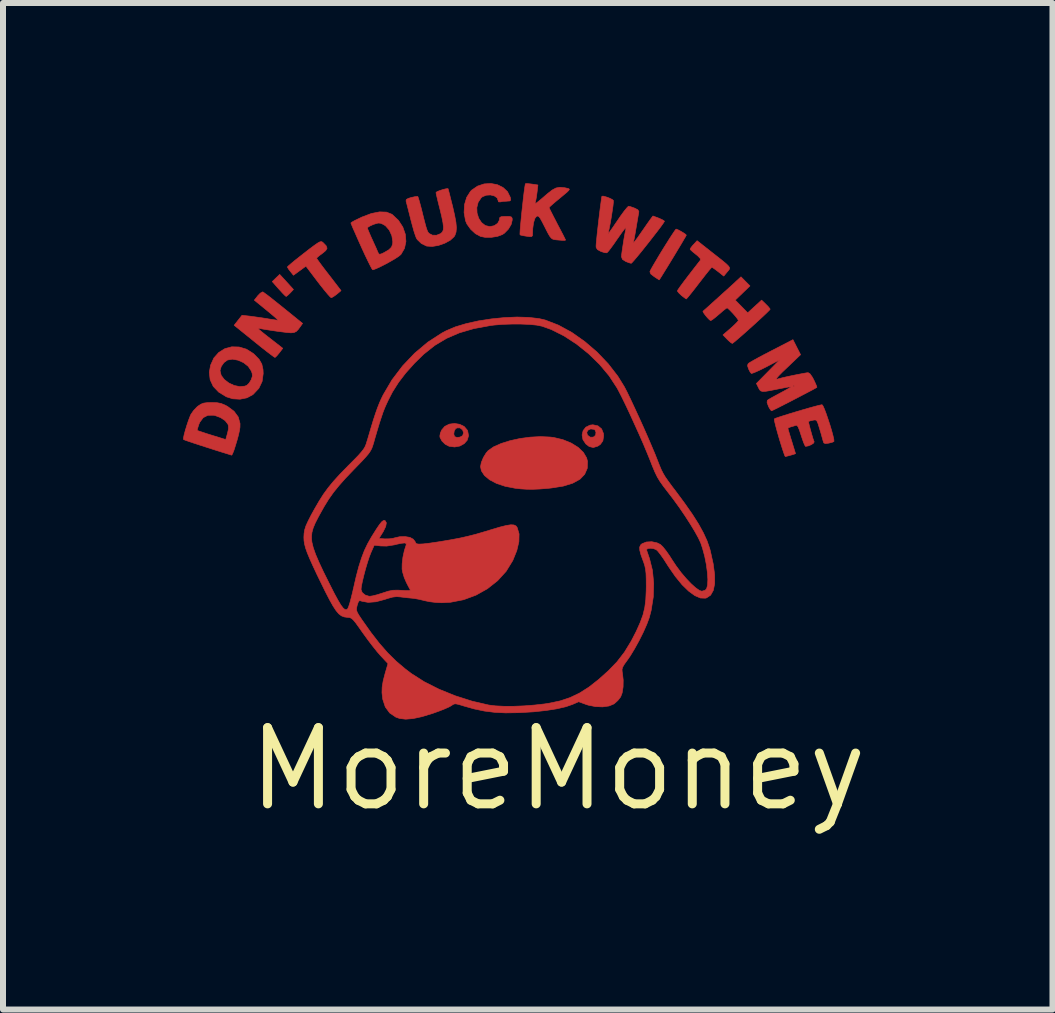
<source format=kicad_pcb>
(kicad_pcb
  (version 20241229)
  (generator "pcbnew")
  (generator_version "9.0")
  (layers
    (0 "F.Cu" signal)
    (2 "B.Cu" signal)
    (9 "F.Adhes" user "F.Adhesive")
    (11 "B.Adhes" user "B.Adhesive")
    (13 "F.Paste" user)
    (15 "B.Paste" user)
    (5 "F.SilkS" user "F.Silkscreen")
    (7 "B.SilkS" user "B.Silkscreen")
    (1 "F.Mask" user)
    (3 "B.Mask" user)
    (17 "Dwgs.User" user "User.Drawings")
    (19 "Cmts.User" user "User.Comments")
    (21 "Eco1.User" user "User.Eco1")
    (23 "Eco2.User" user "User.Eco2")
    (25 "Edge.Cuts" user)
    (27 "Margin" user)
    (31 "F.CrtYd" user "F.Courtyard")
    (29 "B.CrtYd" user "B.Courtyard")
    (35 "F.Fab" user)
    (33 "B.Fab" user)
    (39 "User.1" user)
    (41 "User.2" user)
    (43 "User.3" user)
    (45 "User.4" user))
  (footprint "MoreMoney"
    (layer "F.Cu")
    (at 6.246 9.763)
    (property "Reference" "MoreMoney" (at 0 0 0) (layer "F.SilkS") (effects (font (size 1.27 1.27) (thickness 0.15))))
    (attr through_hole)
    (fp_poly (pts (xy -4.521 -8.116) (xy -4.407 -7.99) (xy -4.461 -7.932) (xy -4.5 -7.895) (xy -4.526 -7.875) (xy -4.529 -7.874) (xy -4.548 -7.889) (xy -4.587 -7.928) (xy -4.638 -7.984) (xy -4.651 -7.998) (xy -4.76 -8.122) (xy -4.698 -8.182) (xy -4.636 -8.241) (xy -4.521 -8.116)) (stroke (width 0.01) (type solid)) (fill yes) (layer "F.Cu"))
    (fp_poly (pts (xy 0.666 -5.718) (xy 0.727 -5.667) (xy 0.758 -5.59) (xy 0.761 -5.552) (xy 0.748 -5.468) (xy 0.706 -5.409) (xy 0.663 -5.38) (xy 0.588 -5.357) (xy 0.52 -5.374) (xy 0.464 -5.417) (xy 0.416 -5.489) (xy 0.402 -5.566) (xy 0.413 -5.613) (xy 0.48 -5.613) (xy 0.488 -5.572) (xy 0.5 -5.557) (xy 0.538 -5.529) (xy 0.579 -5.53) (xy 0.602 -5.537) (xy 0.628 -5.566) (xy 0.633 -5.611) (xy 0.616 -5.65) (xy 0.6 -5.66) (xy 0.545 -5.667) (xy 0.503 -5.648) (xy 0.48 -5.613) (xy 0.413 -5.613) (xy 0.419 -5.638) (xy 0.464 -5.696) (xy 0.534 -5.73) (xy 0.582 -5.736) (xy 0.666 -5.718)) (stroke (width 0.01) (type solid)) (fill yes) (layer "F.Cu"))
    (fp_poly (pts (xy 1.997 -8.986) (xy 2.043 -8.962) (xy 2.092 -8.933) (xy 2.128 -8.908) (xy 2.138 -8.895) (xy 2.128 -8.875) (xy 2.099 -8.826) (xy 2.057 -8.754) (xy 2.004 -8.666) (xy 1.946 -8.569) (xy 1.885 -8.469) (xy 1.826 -8.372) (xy 1.772 -8.285) (xy 1.729 -8.215) (xy 1.699 -8.168) (xy 1.686 -8.15) (xy 1.686 -8.15) (xy 1.668 -8.162) (xy 1.626 -8.189) (xy 1.602 -8.205) (xy 1.547 -8.248) (xy 1.532 -8.284) (xy 1.533 -8.291) (xy 1.551 -8.328) (xy 1.586 -8.39) (xy 1.634 -8.471) (xy 1.689 -8.564) (xy 1.749 -8.662) (xy 1.809 -8.758) (xy 1.865 -8.847) (xy 1.913 -8.92) (xy 1.948 -8.972) (xy 1.967 -8.995) (xy 1.969 -8.996) (xy 1.997 -8.986)) (stroke (width 0.01) (type solid)) (fill yes) (layer "F.Cu"))
    (fp_poly (pts (xy -1.637 -5.744) (xy -1.562 -5.707) (xy -1.509 -5.645) (xy -1.504 -5.632) (xy -1.49 -5.553) (xy -1.511 -5.48) (xy -1.562 -5.422) (xy -1.634 -5.382) (xy -1.722 -5.366) (xy -1.814 -5.378) (xy -1.879 -5.412) (xy -1.933 -5.465) (xy -1.965 -5.525) (xy -1.968 -5.55) (xy -1.962 -5.581) (xy -1.736 -5.581) (xy -1.723 -5.541) (xy -1.722 -5.539) (xy -1.683 -5.525) (xy -1.632 -5.531) (xy -1.59 -5.553) (xy -1.588 -5.555) (xy -1.573 -5.602) (xy -1.589 -5.651) (xy -1.63 -5.683) (xy -1.632 -5.684) (xy -1.68 -5.684) (xy -1.705 -5.672) (xy -1.728 -5.633) (xy -1.736 -5.581) (xy -1.962 -5.581) (xy -1.959 -5.598) (xy -1.938 -5.648) (xy -1.885 -5.71) (xy -1.81 -5.747) (xy -1.723 -5.758) (xy -1.637 -5.744)) (stroke (width 0.01) (type solid)) (fill yes) (layer "F.Cu"))
    (fp_poly (pts (xy -0.134 -5.532) (xy -0.074 -5.525) (xy 0.082 -5.488) (xy 0.221 -5.431) (xy 0.337 -5.359) (xy 0.424 -5.275) (xy 0.478 -5.183) (xy 0.492 -5.127) (xy 0.488 -5.01) (xy 0.445 -4.911) (xy 0.365 -4.828) (xy 0.246 -4.763) (xy 0.088 -4.714) (xy -0.109 -4.683) (xy -0.154 -4.678) (xy -0.3 -4.666) (xy -0.418 -4.661) (xy -0.52 -4.662) (xy -0.619 -4.668) (xy -0.716 -4.679) (xy -0.88 -4.711) (xy -1.022 -4.758) (xy -1.138 -4.819) (xy -1.224 -4.89) (xy -1.276 -4.969) (xy -1.29 -5.038) (xy -1.277 -5.108) (xy -1.243 -5.19) (xy -1.196 -5.267) (xy -1.162 -5.306) (xy -1.071 -5.369) (xy -0.947 -5.424) (xy -0.798 -5.471) (xy -0.634 -5.507) (xy -0.463 -5.53) (xy -0.293 -5.539) (xy -0.134 -5.532)) (stroke (width 0.01) (type solid)) (fill yes) (layer "F.Cu"))
    (fp_poly (pts (xy -3.927 -8.782) (xy -3.912 -8.77) (xy -3.862 -8.718) (xy -3.847 -8.677) (xy -3.869 -8.638) (xy -3.926 -8.591) (xy -3.979 -8.552) (xy -4.013 -8.522) (xy -4.021 -8.511) (xy -4.009 -8.491) (xy -3.975 -8.443) (xy -3.924 -8.374) (xy -3.86 -8.29) (xy -3.817 -8.235) (xy -3.614 -7.971) (xy -3.684 -7.912) (xy -3.733 -7.876) (xy -3.77 -7.855) (xy -3.778 -7.853) (xy -3.797 -7.869) (xy -3.837 -7.913) (xy -3.893 -7.98) (xy -3.959 -8.063) (xy -4 -8.116) (xy -4.199 -8.379) (xy -4.303 -8.303) (xy -4.407 -8.227) (xy -4.457 -8.289) (xy -4.49 -8.332) (xy -4.507 -8.362) (xy -4.508 -8.365) (xy -4.492 -8.382) (xy -4.448 -8.42) (xy -4.382 -8.475) (xy -4.298 -8.541) (xy -4.231 -8.594) (xy -4.129 -8.673) (xy -4.055 -8.728) (xy -4.003 -8.764) (xy -3.968 -8.783) (xy -3.944 -8.788) (xy -3.927 -8.782)) (stroke (width 0.01) (type solid)) (fill yes) (layer "F.Cu"))
    (fp_poly (pts (xy 2.568 -8.606) (xy 2.678 -8.52) (xy 2.758 -8.456) (xy 2.813 -8.409) (xy 2.845 -8.376) (xy 2.859 -8.351) (xy 2.857 -8.331) (xy 2.843 -8.31) (xy 2.821 -8.284) (xy 2.819 -8.282) (xy 2.762 -8.213) (xy 2.669 -8.287) (xy 2.616 -8.327) (xy 2.577 -8.354) (xy 2.563 -8.36) (xy 2.547 -8.344) (xy 2.509 -8.299) (xy 2.456 -8.233) (xy 2.391 -8.149) (xy 2.349 -8.095) (xy 2.28 -8.005) (xy 2.22 -7.929) (xy 2.173 -7.871) (xy 2.144 -7.838) (xy 2.138 -7.832) (xy 2.117 -7.845) (xy 2.076 -7.876) (xy 2.058 -7.89) (xy 2.016 -7.93) (xy 1.992 -7.96) (xy 1.989 -7.966) (xy 2.001 -7.988) (xy 2.035 -8.037) (xy 2.093 -8.116) (xy 2.176 -8.225) (xy 2.284 -8.365) (xy 2.374 -8.48) (xy 2.37 -8.507) (xy 2.328 -8.551) (xy 2.298 -8.575) (xy 2.246 -8.617) (xy 2.211 -8.649) (xy 2.202 -8.662) (xy 2.215 -8.686) (xy 2.247 -8.727) (xy 2.26 -8.74) (xy 2.318 -8.803) (xy 2.568 -8.606)) (stroke (width 0.01) (type solid)) (fill yes) (layer "F.Cu"))
    (fp_poly (pts (xy -5.313 -7.032) (xy -5.191 -6.996) (xy -5.075 -6.923) (xy -5.057 -6.906) (xy -4.979 -6.826) (xy -4.934 -6.747) (xy -4.914 -6.655) (xy -4.911 -6.589) (xy -4.929 -6.458) (xy -4.983 -6.344) (xy -5.077 -6.244) (xy -5.086 -6.237) (xy -5.182 -6.185) (xy -5.297 -6.162) (xy -5.419 -6.169) (xy -5.524 -6.202) (xy -5.652 -6.28) (xy -5.743 -6.375) (xy -5.795 -6.487) (xy -5.809 -6.612) (xy -5.804 -6.636) (xy -5.63 -6.636) (xy -5.611 -6.559) (xy -5.559 -6.49) (xy -5.483 -6.432) (xy -5.395 -6.391) (xy -5.302 -6.372) (xy -5.216 -6.38) (xy -5.183 -6.394) (xy -5.146 -6.429) (xy -5.113 -6.483) (xy -5.11 -6.489) (xy -5.091 -6.546) (xy -5.095 -6.593) (xy -5.11 -6.634) (xy -5.161 -6.71) (xy -5.238 -6.771) (xy -5.33 -6.812) (xy -5.424 -6.829) (xy -5.506 -6.815) (xy -5.565 -6.772) (xy -5.61 -6.708) (xy -5.63 -6.64) (xy -5.63 -6.636) (xy -5.804 -6.636) (xy -5.788 -6.728) (xy -5.733 -6.849) (xy -5.651 -6.941) (xy -5.55 -7.004) (xy -5.435 -7.035) (xy -5.313 -7.032)) (stroke (width 0.01) (type solid)) (fill yes) (layer "F.Cu"))
    (fp_poly (pts (xy -1.01 -9.736) (xy -0.916 -9.69) (xy -0.841 -9.62) (xy -0.795 -9.527) (xy -0.793 -9.518) (xy -0.787 -9.48) (xy -0.802 -9.465) (xy -0.848 -9.462) (xy -0.853 -9.461) (xy -0.914 -9.458) (xy -0.959 -9.449) (xy -0.961 -9.449) (xy -0.99 -9.45) (xy -0.995 -9.467) (xy -1.013 -9.516) (xy -1.06 -9.549) (xy -1.124 -9.565) (xy -1.193 -9.561) (xy -1.257 -9.536) (xy -1.28 -9.517) (xy -1.33 -9.442) (xy -1.352 -9.354) (xy -1.348 -9.263) (xy -1.321 -9.177) (xy -1.274 -9.105) (xy -1.21 -9.055) (xy -1.134 -9.038) (xy -1.061 -9.053) (xy -1.004 -9.093) (xy -0.975 -9.148) (xy -0.974 -9.165) (xy -0.968 -9.191) (xy -0.944 -9.203) (xy -0.892 -9.207) (xy -0.868 -9.207) (xy -0.805 -9.206) (xy -0.774 -9.197) (xy -0.763 -9.176) (xy -0.762 -9.147) (xy -0.78 -9.073) (xy -0.826 -8.996) (xy -0.891 -8.929) (xy -0.925 -8.906) (xy -1.007 -8.875) (xy -1.109 -8.859) (xy -1.214 -8.859) (xy -1.29 -8.874) (xy -1.375 -8.92) (xy -1.455 -8.994) (xy -1.517 -9.081) (xy -1.54 -9.136) (xy -1.564 -9.271) (xy -1.557 -9.404) (xy -1.521 -9.525) (xy -1.458 -9.624) (xy -1.437 -9.646) (xy -1.339 -9.713) (xy -1.23 -9.749) (xy -1.118 -9.756) (xy -1.01 -9.736)) (stroke (width 0.01) (type solid)) (fill yes) (layer "F.Cu"))
    (fp_poly (pts (xy -4.915 -7.949) (xy -4.891 -7.932) (xy -4.839 -7.894) (xy -4.766 -7.837) (xy -4.677 -7.766) (xy -4.577 -7.686) (xy -4.571 -7.681) (xy -4.255 -7.425) (xy -4.296 -7.367) (xy -4.33 -7.321) (xy -4.361 -7.29) (xy -4.398 -7.273) (xy -4.448 -7.268) (xy -4.52 -7.274) (xy -4.625 -7.287) (xy -4.651 -7.29) (xy -4.753 -7.305) (xy -4.844 -7.319) (xy -4.913 -7.33) (xy -4.948 -7.337) (xy -4.984 -7.343) (xy -4.995 -7.34) (xy -4.98 -7.323) (xy -4.938 -7.287) (xy -4.877 -7.238) (xy -4.835 -7.205) (xy -4.759 -7.146) (xy -4.692 -7.094) (xy -4.643 -7.056) (xy -4.629 -7.045) (xy -4.585 -7.01) (xy -4.643 -6.934) (xy -4.681 -6.888) (xy -4.709 -6.861) (xy -4.716 -6.858) (xy -4.737 -6.871) (xy -4.784 -6.906) (xy -4.855 -6.96) (xy -4.943 -7.029) (xy -5.042 -7.109) (xy -5.063 -7.126) (xy -5.395 -7.394) (xy -5.264 -7.56) (xy -5.135 -7.546) (xy -5.047 -7.534) (xy -4.941 -7.519) (xy -4.838 -7.503) (xy -4.837 -7.502) (xy -4.759 -7.49) (xy -4.698 -7.481) (xy -4.666 -7.479) (xy -4.663 -7.479) (xy -4.677 -7.494) (xy -4.717 -7.53) (xy -4.778 -7.582) (xy -4.853 -7.644) (xy -4.859 -7.649) (xy -5.059 -7.812) (xy -5.001 -7.886) (xy -4.96 -7.928) (xy -4.925 -7.949) (xy -4.915 -7.949)) (stroke (width 0.01) (type solid)) (fill yes) (layer "F.Cu"))
    (fp_poly (pts (xy 3.124 -8.125) (xy 3.199 -8.05) (xy 3.076 -7.931) (xy 2.953 -7.813) (xy 3.057 -7.707) (xy 3.161 -7.601) (xy 3.277 -7.707) (xy 3.393 -7.813) (xy 3.464 -7.744) (xy 3.506 -7.701) (xy 3.531 -7.669) (xy 3.535 -7.661) (xy 3.52 -7.643) (xy 3.479 -7.602) (xy 3.418 -7.544) (xy 3.342 -7.474) (xy 3.258 -7.397) (xy 3.171 -7.319) (xy 3.088 -7.245) (xy 3.013 -7.18) (xy 2.954 -7.129) (xy 2.915 -7.098) (xy 2.904 -7.091) (xy 2.88 -7.105) (xy 2.84 -7.14) (xy 2.818 -7.162) (xy 2.749 -7.233) (xy 2.878 -7.344) (xy 2.937 -7.398) (xy 2.982 -7.443) (xy 3.005 -7.471) (xy 3.006 -7.474) (xy 2.992 -7.499) (xy 2.959 -7.542) (xy 2.914 -7.593) (xy 2.869 -7.64) (xy 2.833 -7.674) (xy 2.817 -7.684) (xy 2.795 -7.67) (xy 2.751 -7.636) (xy 2.694 -7.586) (xy 2.684 -7.578) (xy 2.624 -7.527) (xy 2.575 -7.489) (xy 2.546 -7.472) (xy 2.544 -7.472) (xy 2.523 -7.486) (xy 2.49 -7.52) (xy 2.454 -7.563) (xy 2.426 -7.602) (xy 2.415 -7.625) (xy 2.416 -7.627) (xy 2.433 -7.642) (xy 2.476 -7.68) (xy 2.538 -7.736) (xy 2.613 -7.804) (xy 2.695 -7.878) (xy 2.779 -7.954) (xy 2.858 -8.025) (xy 2.926 -8.087) (xy 2.977 -8.135) (xy 2.98 -8.137) (xy 3.049 -8.201) (xy 3.124 -8.125)) (stroke (width 0.01) (type solid)) (fill yes) (layer "F.Cu"))
    (fp_poly (pts (xy -5.68 -6.104) (xy -5.613 -6.091) (xy -5.549 -6.065) (xy -5.504 -6.041) (xy -5.397 -5.961) (xy -5.327 -5.866) (xy -5.297 -5.757) (xy -5.298 -5.694) (xy -5.307 -5.637) (xy -5.324 -5.561) (xy -5.347 -5.476) (xy -5.373 -5.391) (xy -5.397 -5.315) (xy -5.419 -5.259) (xy -5.434 -5.231) (xy -5.437 -5.23) (xy -5.46 -5.237) (xy -5.518 -5.255) (xy -5.603 -5.281) (xy -5.708 -5.314) (xy -5.829 -5.353) (xy -5.839 -5.356) (xy -5.96 -5.395) (xy -6.067 -5.43) (xy -6.153 -5.459) (xy -6.213 -5.48) (xy -6.238 -5.491) (xy -6.239 -5.491) (xy -6.239 -5.516) (xy -6.228 -5.571) (xy -6.208 -5.645) (xy -6.206 -5.651) (xy -6.01 -5.651) (xy -6.009 -5.643) (xy -5.987 -5.633) (xy -5.932 -5.615) (xy -5.854 -5.589) (xy -5.768 -5.562) (xy -5.535 -5.49) (xy -5.506 -5.593) (xy -5.489 -5.668) (xy -5.491 -5.721) (xy -5.5 -5.748) (xy -5.546 -5.806) (xy -5.622 -5.856) (xy -5.713 -5.89) (xy -5.738 -5.895) (xy -5.833 -5.894) (xy -5.91 -5.855) (xy -5.967 -5.779) (xy -5.981 -5.747) (xy -6 -5.689) (xy -6.01 -5.651) (xy -6.206 -5.651) (xy -6.183 -5.727) (xy -6.156 -5.808) (xy -6.129 -5.878) (xy -6.115 -5.91) (xy -6.071 -5.973) (xy -6.013 -6.034) (xy -5.997 -6.047) (xy -5.949 -6.079) (xy -5.903 -6.097) (xy -5.842 -6.105) (xy -5.769 -6.107) (xy -5.68 -6.104)) (stroke (width 0.01) (type solid)) (fill yes) (layer "F.Cu"))
    (fp_poly (pts (xy -2.857 -9.279) (xy -2.766 -9.243) (xy -2.759 -9.237) (xy -2.657 -9.141) (xy -2.585 -9.03) (xy -2.543 -8.91) (xy -2.533 -8.789) (xy -2.557 -8.675) (xy -2.616 -8.574) (xy -2.652 -8.544) (xy -2.714 -8.503) (xy -2.793 -8.457) (xy -2.879 -8.41) (xy -2.962 -8.368) (xy -3.032 -8.336) (xy -3.079 -8.319) (xy -3.088 -8.319) (xy -3.101 -8.337) (xy -3.128 -8.388) (xy -3.167 -8.466) (xy -3.215 -8.566) (xy -3.268 -8.681) (xy -3.277 -8.701) (xy -3.33 -8.819) (xy -3.376 -8.924) (xy -3.414 -9.009) (xy -3.417 -9.016) (xy -3.175 -9.016) (xy -3.167 -8.99) (xy -3.144 -8.935) (xy -3.113 -8.863) (xy -3.099 -8.833) (xy -3.062 -8.751) (xy -3.029 -8.679) (xy -3.008 -8.629) (xy -3.004 -8.62) (xy -2.988 -8.586) (xy -2.969 -8.576) (xy -2.933 -8.587) (xy -2.893 -8.607) (xy -2.817 -8.652) (xy -2.773 -8.696) (xy -2.754 -8.75) (xy -2.752 -8.788) (xy -2.768 -8.887) (xy -2.81 -8.979) (xy -2.872 -9.05) (xy -2.91 -9.074) (xy -2.957 -9.094) (xy -2.996 -9.097) (xy -3.046 -9.083) (xy -3.079 -9.072) (xy -3.134 -9.047) (xy -3.169 -9.025) (xy -3.175 -9.016) (xy -3.417 -9.016) (xy -3.439 -9.069) (xy -3.45 -9.097) (xy -3.45 -9.098) (xy -3.432 -9.113) (xy -3.384 -9.14) (xy -3.313 -9.174) (xy -3.265 -9.197) (xy -3.109 -9.256) (xy -2.972 -9.283) (xy -2.857 -9.279)) (stroke (width 0.01) (type solid)) (fill yes) (layer "F.Cu"))
    (fp_poly (pts (xy -1.831 -9.669) (xy -1.825 -9.647) (xy -1.81 -9.592) (xy -1.79 -9.511) (xy -1.765 -9.412) (xy -1.757 -9.382) (xy -1.722 -9.228) (xy -1.7 -9.109) (xy -1.692 -9.017) (xy -1.698 -8.947) (xy -1.716 -8.894) (xy -1.73 -8.87) (xy -1.794 -8.811) (xy -1.886 -8.761) (xy -1.991 -8.724) (xy -2.095 -8.707) (xy -2.185 -8.713) (xy -2.19 -8.714) (xy -2.276 -8.756) (xy -2.344 -8.822) (xy -2.36 -8.848) (xy -2.376 -8.89) (xy -2.4 -8.963) (xy -2.426 -9.057) (xy -2.454 -9.162) (xy -2.455 -9.167) (xy -2.481 -9.27) (xy -2.504 -9.359) (xy -2.521 -9.426) (xy -2.531 -9.463) (xy -2.531 -9.464) (xy -2.527 -9.489) (xy -2.493 -9.508) (xy -2.443 -9.523) (xy -2.383 -9.536) (xy -2.343 -9.54) (xy -2.335 -9.538) (xy -2.326 -9.515) (xy -2.309 -9.459) (xy -2.288 -9.381) (xy -2.272 -9.32) (xy -2.24 -9.19) (xy -2.215 -9.094) (xy -2.197 -9.028) (xy -2.182 -8.983) (xy -2.171 -8.955) (xy -2.159 -8.937) (xy -2.146 -8.923) (xy -2.146 -8.923) (xy -2.092 -8.895) (xy -2.022 -8.894) (xy -1.955 -8.921) (xy -1.952 -8.923) (xy -1.926 -8.948) (xy -1.911 -8.982) (xy -1.908 -9.031) (xy -1.916 -9.102) (xy -1.936 -9.202) (xy -1.968 -9.335) (xy -1.993 -9.433) (xy -2.013 -9.517) (xy -2.027 -9.577) (xy -2.032 -9.606) (xy -2.032 -9.606) (xy -2.014 -9.62) (xy -1.97 -9.638) (xy -1.915 -9.656) (xy -1.864 -9.668) (xy -1.834 -9.67) (xy -1.831 -9.669)) (stroke (width 0.01) (type solid)) (fill yes) (layer "F.Cu"))
    (fp_poly (pts (xy -0.466 -9.75) (xy -0.434 -9.746) (xy -0.334 -9.731) (xy -0.348 -9.612) (xy -0.358 -9.538) (xy -0.369 -9.476) (xy -0.375 -9.451) (xy -0.38 -9.432) (xy -0.377 -9.424) (xy -0.361 -9.43) (xy -0.329 -9.455) (xy -0.274 -9.5) (xy -0.193 -9.57) (xy -0.178 -9.583) (xy -0.098 -9.646) (xy -0.033 -9.681) (xy 0.033 -9.693) (xy 0.113 -9.685) (xy 0.155 -9.676) (xy 0.18 -9.669) (xy 0.19 -9.659) (xy 0.18 -9.641) (xy 0.148 -9.609) (xy 0.089 -9.56) (xy 0.034 -9.514) (xy -0.039 -9.454) (xy -0.098 -9.403) (xy -0.137 -9.368) (xy -0.148 -9.355) (xy -0.139 -9.333) (xy -0.113 -9.281) (xy -0.075 -9.206) (xy -0.027 -9.114) (xy -0.011 -9.082) (xy 0.039 -8.987) (xy 0.081 -8.907) (xy 0.111 -8.847) (xy 0.126 -8.816) (xy 0.127 -8.813) (xy 0.108 -8.808) (xy 0.056 -8.81) (xy -0.017 -8.816) (xy -0.054 -8.82) (xy -0.085 -8.828) (xy -0.111 -8.845) (xy -0.139 -8.88) (xy -0.173 -8.94) (xy -0.218 -9.029) (xy -0.264 -9.119) (xy -0.296 -9.176) (xy -0.319 -9.206) (xy -0.339 -9.214) (xy -0.357 -9.209) (xy -0.385 -9.173) (xy -0.407 -9.102) (xy -0.42 -9.007) (xy -0.423 -8.927) (xy -0.425 -8.888) (xy -0.438 -8.872) (xy -0.474 -8.871) (xy -0.522 -8.877) (xy -0.583 -8.887) (xy -0.624 -8.897) (xy -0.632 -8.902) (xy -0.633 -8.925) (xy -0.63 -8.982) (xy -0.623 -9.066) (xy -0.613 -9.168) (xy -0.602 -9.281) (xy -0.589 -9.397) (xy -0.577 -9.509) (xy -0.565 -9.608) (xy -0.554 -9.687) (xy -0.546 -9.737) (xy -0.542 -9.752) (xy -0.517 -9.755) (xy -0.466 -9.75)) (stroke (width 0.01) (type solid)) (fill yes) (layer "F.Cu"))
    (fp_poly (pts (xy 4.042 -6.904) (xy 3.82 -6.692) (xy 3.734 -6.61) (xy 3.678 -6.553) (xy 3.647 -6.517) (xy 3.638 -6.499) (xy 3.65 -6.496) (xy 3.667 -6.5) (xy 3.725 -6.516) (xy 3.806 -6.535) (xy 3.899 -6.555) (xy 3.993 -6.574) (xy 4.077 -6.59) (xy 4.14 -6.601) (xy 4.168 -6.604) (xy 4.199 -6.585) (xy 4.238 -6.53) (xy 4.262 -6.485) (xy 4.291 -6.422) (xy 4.31 -6.377) (xy 4.314 -6.36) (xy 4.292 -6.347) (xy 4.24 -6.318) (xy 4.164 -6.278) (xy 4.072 -6.23) (xy 3.971 -6.177) (xy 3.867 -6.123) (xy 3.768 -6.073) (xy 3.681 -6.028) (xy 3.612 -5.994) (xy 3.569 -5.973) (xy 3.558 -5.969) (xy 3.54 -5.986) (xy 3.514 -6.029) (xy 3.506 -6.046) (xy 3.484 -6.107) (xy 3.488 -6.142) (xy 3.489 -6.143) (xy 3.515 -6.161) (xy 3.57 -6.193) (xy 3.646 -6.234) (xy 3.707 -6.267) (xy 3.785 -6.309) (xy 3.844 -6.342) (xy 3.878 -6.364) (xy 3.881 -6.37) (xy 3.851 -6.367) (xy 3.79 -6.356) (xy 3.708 -6.34) (xy 3.651 -6.329) (xy 3.541 -6.307) (xy 3.464 -6.294) (xy 3.413 -6.291) (xy 3.381 -6.299) (xy 3.36 -6.318) (xy 3.343 -6.349) (xy 3.34 -6.355) (xy 3.327 -6.382) (xy 3.916 -6.382) (xy 3.926 -6.371) (xy 3.937 -6.382) (xy 3.926 -6.392) (xy 3.916 -6.382) (xy 3.327 -6.382) (xy 3.306 -6.424) (xy 3.5 -6.621) (xy 3.694 -6.819) (xy 3.467 -6.699) (xy 3.377 -6.654) (xy 3.302 -6.619) (xy 3.247 -6.597) (xy 3.221 -6.591) (xy 3.221 -6.591) (xy 3.2 -6.618) (xy 3.176 -6.665) (xy 3.175 -6.668) (xy 3.159 -6.718) (xy 3.165 -6.747) (xy 3.177 -6.761) (xy 3.205 -6.779) (xy 3.264 -6.813) (xy 3.347 -6.859) (xy 3.449 -6.913) (xy 3.561 -6.971) (xy 3.915 -7.154) (xy 4.042 -6.904)) (stroke (width 0.01) (type solid)) (fill yes) (layer "F.Cu"))
    (fp_poly (pts (xy 4.416 -6.049) (xy 4.44 -5.996) (xy 4.469 -5.919) (xy 4.5 -5.828) (xy 4.532 -5.731) (xy 4.56 -5.637) (xy 4.582 -5.555) (xy 4.596 -5.493) (xy 4.598 -5.46) (xy 4.596 -5.457) (xy 4.568 -5.444) (xy 4.516 -5.431) (xy 4.506 -5.429) (xy 4.455 -5.423) (xy 4.429 -5.434) (xy 4.416 -5.471) (xy 4.415 -5.475) (xy 4.401 -5.526) (xy 4.38 -5.601) (xy 4.356 -5.68) (xy 4.333 -5.755) (xy 4.315 -5.797) (xy 4.296 -5.815) (xy 4.27 -5.816) (xy 4.248 -5.812) (xy 4.2 -5.801) (xy 4.175 -5.791) (xy 4.175 -5.791) (xy 4.177 -5.769) (xy 4.189 -5.718) (xy 4.207 -5.65) (xy 4.228 -5.575) (xy 4.249 -5.505) (xy 4.268 -5.452) (xy 4.268 -5.45) (xy 4.257 -5.429) (xy 4.219 -5.404) (xy 4.17 -5.384) (xy 4.125 -5.376) (xy 4.112 -5.395) (xy 4.09 -5.446) (xy 4.065 -5.519) (xy 4.052 -5.558) (xy 4.023 -5.647) (xy 4 -5.702) (xy 3.981 -5.726) (xy 3.965 -5.727) (xy 3.919 -5.712) (xy 3.882 -5.702) (xy 3.844 -5.688) (xy 3.831 -5.676) (xy 3.837 -5.651) (xy 3.854 -5.595) (xy 3.877 -5.518) (xy 3.895 -5.461) (xy 3.921 -5.376) (xy 3.942 -5.308) (xy 3.955 -5.265) (xy 3.958 -5.256) (xy 3.94 -5.248) (xy 3.898 -5.235) (xy 3.847 -5.221) (xy 3.804 -5.21) (xy 3.787 -5.207) (xy 3.777 -5.226) (xy 3.758 -5.279) (xy 3.732 -5.358) (xy 3.701 -5.458) (xy 3.684 -5.514) (xy 3.653 -5.622) (xy 3.628 -5.715) (xy 3.611 -5.785) (xy 3.604 -5.827) (xy 3.605 -5.834) (xy 3.63 -5.846) (xy 3.688 -5.866) (xy 3.772 -5.893) (xy 3.872 -5.924) (xy 3.982 -5.957) (xy 4.093 -5.99) (xy 4.198 -6.02) (xy 4.289 -6.045) (xy 4.357 -6.062) (xy 4.396 -6.07) (xy 4.4 -6.07) (xy 4.416 -6.049)) (stroke (width 0.01) (type solid)) (fill yes) (layer "F.Cu"))
    (fp_poly (pts (xy 0.804 -9.532) (xy 0.858 -9.512) (xy 0.903 -9.49) (xy 0.923 -9.473) (xy 0.923 -9.444) (xy 0.917 -9.384) (xy 0.905 -9.302) (xy 0.891 -9.209) (xy 0.875 -9.114) (xy 0.858 -9.027) (xy 0.844 -8.959) (xy 0.834 -8.921) (xy 0.839 -8.923) (xy 0.864 -8.954) (xy 0.905 -9.011) (xy 0.958 -9.089) (xy 0.985 -9.128) (xy 1.046 -9.218) (xy 1.101 -9.293) (xy 1.145 -9.347) (xy 1.172 -9.375) (xy 1.176 -9.377) (xy 1.211 -9.369) (xy 1.265 -9.35) (xy 1.278 -9.345) (xy 1.329 -9.319) (xy 1.347 -9.291) (xy 1.345 -9.265) (xy 1.337 -9.224) (xy 1.325 -9.153) (xy 1.31 -9.065) (xy 1.302 -9.017) (xy 1.286 -8.925) (xy 1.272 -8.845) (xy 1.26 -8.789) (xy 1.257 -8.774) (xy 1.262 -8.772) (xy 1.287 -8.801) (xy 1.327 -8.854) (xy 1.368 -8.913) (xy 1.426 -8.996) (xy 1.479 -9.073) (xy 1.521 -9.132) (xy 1.537 -9.155) (xy 1.582 -9.215) (xy 1.681 -9.178) (xy 1.736 -9.153) (xy 1.769 -9.133) (xy 1.774 -9.125) (xy 1.755 -9.095) (xy 1.716 -9.04) (xy 1.661 -8.967) (xy 1.594 -8.881) (xy 1.522 -8.788) (xy 1.448 -8.695) (xy 1.377 -8.606) (xy 1.314 -8.53) (xy 1.263 -8.47) (xy 1.23 -8.434) (xy 1.22 -8.426) (xy 1.185 -8.435) (xy 1.133 -8.455) (xy 1.127 -8.458) (xy 1.074 -8.492) (xy 1.058 -8.536) (xy 1.062 -8.581) (xy 1.072 -8.655) (xy 1.086 -8.746) (xy 1.101 -8.842) (xy 1.117 -8.929) (xy 1.131 -8.996) (xy 1.134 -9.006) (xy 1.13 -9.018) (xy 1.106 -8.995) (xy 1.063 -8.938) (xy 1.001 -8.849) (xy 0.994 -8.84) (xy 0.935 -8.754) (xy 0.882 -8.681) (xy 0.841 -8.628) (xy 0.817 -8.603) (xy 0.815 -8.601) (xy 0.782 -8.603) (xy 0.729 -8.619) (xy 0.713 -8.625) (xy 0.659 -8.654) (xy 0.637 -8.689) (xy 0.635 -8.711) (xy 0.637 -8.751) (xy 0.644 -8.821) (xy 0.653 -8.914) (xy 0.665 -9.021) (xy 0.678 -9.136) (xy 0.692 -9.25) (xy 0.705 -9.356) (xy 0.717 -9.445) (xy 0.726 -9.51) (xy 0.732 -9.542) (xy 0.733 -9.544) (xy 0.757 -9.545) (xy 0.804 -9.532)) (stroke (width 0.01) (type solid)) (fill yes) (layer "F.Cu"))
    (fp_poly (pts (xy -0.486 -7.525) (xy -0.315 -7.505) (xy -0.212 -7.481) (xy 0.008 -7.396) (xy 0.23 -7.275) (xy 0.446 -7.123) (xy 0.651 -6.947) (xy 0.837 -6.752) (xy 0.998 -6.544) (xy 1.106 -6.369) (xy 1.151 -6.282) (xy 1.208 -6.164) (xy 1.274 -6.023) (xy 1.346 -5.867) (xy 1.42 -5.704) (xy 1.492 -5.541) (xy 1.558 -5.387) (xy 1.616 -5.25) (xy 1.658 -5.144) (xy 1.693 -5.055) (xy 1.722 -4.986) (xy 1.752 -4.927) (xy 1.787 -4.868) (xy 1.833 -4.802) (xy 1.895 -4.717) (xy 1.96 -4.632) (xy 2.114 -4.424) (xy 2.241 -4.242) (xy 2.343 -4.081) (xy 2.423 -3.935) (xy 2.484 -3.802) (xy 2.528 -3.675) (xy 2.539 -3.633) (xy 2.586 -3.42) (xy 2.61 -3.239) (xy 2.611 -3.091) (xy 2.588 -2.977) (xy 2.543 -2.897) (xy 2.475 -2.852) (xy 2.455 -2.847) (xy 2.373 -2.85) (xy 2.28 -2.89) (xy 2.177 -2.965) (xy 2.068 -3.071) (xy 1.956 -3.208) (xy 1.843 -3.371) (xy 1.815 -3.415) (xy 1.76 -3.501) (xy 1.707 -3.576) (xy 1.664 -3.63) (xy 1.639 -3.654) (xy 1.594 -3.672) (xy 1.543 -3.679) (xy 1.499 -3.674) (xy 1.476 -3.658) (xy 1.476 -3.651) (xy 1.486 -3.621) (xy 1.505 -3.565) (xy 1.525 -3.507) (xy 1.574 -3.311) (xy 1.595 -3.094) (xy 1.588 -2.867) (xy 1.552 -2.641) (xy 1.52 -2.52) (xy 1.48 -2.412) (xy 1.422 -2.281) (xy 1.352 -2.141) (xy 1.277 -2.005) (xy 1.203 -1.883) (xy 1.152 -1.81) (xy 1.103 -1.742) (xy 1.077 -1.696) (xy 1.067 -1.658) (xy 1.07 -1.616) (xy 1.074 -1.598) (xy 1.087 -1.483) (xy 1.085 -1.368) (xy 1.069 -1.268) (xy 1.044 -1.202) (xy 0.997 -1.142) (xy 0.938 -1.089) (xy 0.932 -1.085) (xy 0.851 -1.051) (xy 0.744 -1.036) (xy 0.625 -1.041) (xy 0.504 -1.065) (xy 0.459 -1.08) (xy 0.345 -1.122) (xy 0.242 -1.077) (xy 0.129 -1.038) (xy -0.019 -1.004) (xy -0.198 -0.976) (xy -0.4 -0.954) (xy -0.62 -0.941) (xy -0.667 -0.939) (xy -0.874 -0.936) (xy -1.055 -0.945) (xy -1.223 -0.966) (xy -1.392 -1.001) (xy -1.577 -1.053) (xy -1.588 -1.057) (xy -1.66 -1.078) (xy -1.704 -1.087) (xy -1.734 -1.083) (xy -1.763 -1.066) (xy -1.777 -1.056) (xy -1.819 -1.033) (xy -1.891 -1.001) (xy -1.983 -0.965) (xy -2.086 -0.928) (xy -2.086 -0.928) (xy -2.266 -0.873) (xy -2.415 -0.841) (xy -2.538 -0.831) (xy -2.639 -0.843) (xy -2.701 -0.865) (xy -2.804 -0.935) (xy -2.877 -1.035) (xy -2.919 -1.163) (xy -2.921 -1.177) (xy -2.932 -1.273) (xy -2.929 -1.366) (xy -2.912 -1.47) (xy -2.879 -1.597) (xy -2.874 -1.614) (xy -2.832 -1.757) (xy -2.956 -1.89) (xy -3.016 -1.959) (xy -3.09 -2.052) (xy -3.17 -2.157) (xy -3.246 -2.262) (xy -3.254 -2.273) (xy -3.323 -2.371) (xy -3.373 -2.44) (xy -3.41 -2.484) (xy -3.439 -2.51) (xy -3.467 -2.523) (xy -3.498 -2.527) (xy -3.514 -2.528) (xy -3.563 -2.535) (xy -3.608 -2.553) (xy -3.652 -2.587) (xy -3.697 -2.64) (xy -3.748 -2.718) (xy -3.807 -2.823) (xy -3.878 -2.961) (xy -3.926 -3.059) (xy -4.014 -3.239) (xy -4.083 -3.387) (xy -4.137 -3.507) (xy -4.177 -3.604) (xy -4.205 -3.683) (xy -4.222 -3.749) (xy -4.231 -3.807) (xy -4.233 -3.859) (xy -4.233 -3.865) (xy -4.107 -3.865) (xy -4.1 -3.782) (xy -4.077 -3.688) (xy -4.038 -3.577) (xy -3.982 -3.446) (xy -3.908 -3.288) (xy -3.814 -3.099) (xy -3.802 -3.075) (xy -3.727 -2.927) (xy -3.666 -2.815) (xy -3.618 -2.734) (xy -3.579 -2.683) (xy -3.549 -2.658) (xy -3.523 -2.656) (xy -3.505 -2.668) (xy -3.49 -2.699) (xy -3.469 -2.763) (xy -3.445 -2.852) (xy -3.419 -2.958) (xy -3.411 -2.993) (xy -3.281 -2.993) (xy -3.262 -2.941) (xy -3.213 -2.9) (xy -3.147 -2.879) (xy -3.132 -2.879) (xy -3.085 -2.886) (xy -3.014 -2.904) (xy -2.931 -2.93) (xy -2.919 -2.934) (xy -2.826 -2.964) (xy -2.75 -2.979) (xy -2.672 -2.981) (xy -2.608 -2.978) (xy -2.534 -2.974) (xy -2.481 -2.975) (xy -2.459 -2.98) (xy -2.459 -2.981) (xy -2.472 -3.006) (xy -2.499 -3.056) (xy -2.526 -3.109) (xy -2.562 -3.193) (xy -2.589 -3.284) (xy -2.597 -3.331) (xy -2.596 -3.421) (xy -2.583 -3.531) (xy -2.559 -3.641) (xy -2.53 -3.731) (xy -2.528 -3.756) (xy -2.552 -3.767) (xy -2.607 -3.762) (xy -2.697 -3.743) (xy -2.722 -3.736) (xy -2.854 -3.715) (xy -2.952 -3.717) (xy -3.061 -3.73) (xy -3.116 -3.606) (xy -3.144 -3.534) (xy -3.175 -3.439) (xy -3.207 -3.331) (xy -3.236 -3.221) (xy -3.26 -3.12) (xy -3.276 -3.039) (xy -3.281 -2.993) (xy -3.411 -2.993) (xy -3.408 -3.006) (xy -3.362 -3.207) (xy -3.318 -3.374) (xy -3.273 -3.515) (xy -3.226 -3.639) (xy -3.172 -3.752) (xy -3.109 -3.864) (xy -3.092 -3.891) (xy -3.025 -3.998) (xy -2.974 -4.073) (xy -2.937 -4.119) (xy -2.909 -4.14) (xy -2.887 -4.142) (xy -2.88 -4.139) (xy -2.859 -4.103) (xy -2.87 -4.041) (xy -2.912 -3.955) (xy -2.92 -3.942) (xy -2.983 -3.842) (xy -2.886 -3.835) (xy -2.811 -3.836) (xy -2.741 -3.846) (xy -2.725 -3.851) (xy -2.637 -3.871) (xy -2.546 -3.873) (xy -2.467 -3.86) (xy -2.413 -3.831) (xy -2.413 -3.831) (xy -2.382 -3.793) (xy -2.371 -3.768) (xy -2.358 -3.754) (xy -2.318 -3.748) (xy -2.247 -3.751) (xy -2.143 -3.763) (xy -2.001 -3.784) (xy -1.968 -3.789) (xy -1.79 -3.819) (xy -1.64 -3.847) (xy -1.503 -3.878) (xy -1.365 -3.913) (xy -1.212 -3.958) (xy -1.104 -3.991) (xy -0.966 -4.032) (xy -0.862 -4.058) (xy -0.786 -4.07) (xy -0.734 -4.067) (xy -0.7 -4.051) (xy -0.68 -4.025) (xy -0.648 -3.918) (xy -0.651 -3.788) (xy -0.686 -3.64) (xy -0.753 -3.474) (xy -0.755 -3.471) (xy -0.864 -3.294) (xy -1.006 -3.138) (xy -1.176 -3.004) (xy -1.367 -2.897) (xy -1.573 -2.821) (xy -1.79 -2.779) (xy -1.935 -2.771) (xy -2.035 -2.776) (xy -2.137 -2.788) (xy -2.219 -2.805) (xy -2.223 -2.806) (xy -2.308 -2.827) (xy -2.396 -2.843) (xy -2.434 -2.847) (xy -2.52 -2.855) (xy -2.61 -2.866) (xy -2.625 -2.868) (xy -2.688 -2.873) (xy -2.755 -2.865) (xy -2.839 -2.842) (xy -2.886 -2.826) (xy -3.033 -2.787) (xy -3.162 -2.777) (xy -3.267 -2.796) (xy -3.285 -2.803) (xy -3.31 -2.805) (xy -3.328 -2.78) (xy -3.345 -2.729) (xy -3.355 -2.684) (xy -3.356 -2.649) (xy -3.344 -2.611) (xy -3.315 -2.561) (xy -3.267 -2.489) (xy -3.115 -2.274) (xy -2.973 -2.091) (xy -2.835 -1.934) (xy -2.695 -1.796) (xy -2.546 -1.67) (xy -2.441 -1.59) (xy -2.227 -1.454) (xy -1.981 -1.33) (xy -1.712 -1.221) (xy -1.43 -1.131) (xy -1.154 -1.067) (xy -1.043 -1.053) (xy -0.9 -1.046) (xy -0.736 -1.046) (xy -0.561 -1.053) (xy -0.385 -1.067) (xy -0.217 -1.086) (xy -0.142 -1.098) (xy 0.038 -1.136) (xy 0.202 -1.191) (xy 0.359 -1.266) (xy 0.515 -1.365) (xy 0.678 -1.493) (xy 0.841 -1.639) (xy 0.984 -1.787) (xy 1.108 -1.948) (xy 1.221 -2.133) (xy 1.304 -2.294) (xy 1.369 -2.439) (xy 1.416 -2.566) (xy 1.446 -2.689) (xy 1.463 -2.821) (xy 1.47 -2.976) (xy 1.471 -3.048) (xy 1.47 -3.17) (xy 1.467 -3.26) (xy 1.459 -3.329) (xy 1.447 -3.386) (xy 1.429 -3.443) (xy 1.422 -3.461) (xy 1.383 -3.568) (xy 1.363 -3.645) (xy 1.361 -3.698) (xy 1.378 -3.735) (xy 1.4 -3.754) (xy 1.472 -3.783) (xy 1.562 -3.788) (xy 1.651 -3.769) (xy 1.706 -3.742) (xy 1.747 -3.703) (xy 1.8 -3.637) (xy 1.859 -3.553) (xy 1.897 -3.493) (xy 1.97 -3.383) (xy 2.051 -3.274) (xy 2.136 -3.174) (xy 2.219 -3.087) (xy 2.295 -3.019) (xy 2.357 -2.976) (xy 2.397 -2.963) (xy 2.452 -2.979) (xy 2.476 -3.004) (xy 2.493 -3.067) (xy 2.497 -3.16) (xy 2.489 -3.277) (xy 2.472 -3.407) (xy 2.445 -3.543) (xy 2.409 -3.676) (xy 2.379 -3.766) (xy 2.341 -3.848) (xy 2.282 -3.955) (xy 2.206 -4.081) (xy 2.117 -4.219) (xy 2.02 -4.361) (xy 1.92 -4.499) (xy 1.831 -4.615) (xy 1.757 -4.711) (xy 1.701 -4.79) (xy 1.656 -4.864) (xy 1.616 -4.946) (xy 1.573 -5.048) (xy 1.54 -5.133) (xy 1.488 -5.261) (xy 1.425 -5.412) (xy 1.353 -5.576) (xy 1.276 -5.746) (xy 1.2 -5.913) (xy 1.126 -6.07) (xy 1.059 -6.207) (xy 1.002 -6.317) (xy 0.981 -6.355) (xy 0.852 -6.552) (xy 0.692 -6.743) (xy 0.509 -6.921) (xy 0.309 -7.081) (xy 0.1 -7.217) (xy -0.111 -7.323) (xy -0.265 -7.378) (xy -0.353 -7.396) (xy -0.474 -7.408) (xy -0.616 -7.414) (xy -0.768 -7.414) (xy -0.922 -7.409) (xy -1.066 -7.397) (xy -1.132 -7.388) (xy -1.403 -7.338) (xy -1.642 -7.268) (xy -1.856 -7.176) (xy -2.053 -7.058) (xy -2.239 -6.91) (xy -2.389 -6.763) (xy -2.537 -6.598) (xy -2.657 -6.441) (xy -2.757 -6.283) (xy -2.826 -6.149) (xy -2.858 -6.081) (xy -2.887 -6.015) (xy -2.914 -5.946) (xy -2.941 -5.866) (xy -2.973 -5.769) (xy -3.01 -5.646) (xy -3.055 -5.492) (xy -3.069 -5.441) (xy -3.086 -5.387) (xy -3.102 -5.342) (xy -3.124 -5.301) (xy -3.154 -5.256) (xy -3.198 -5.204) (xy -3.26 -5.136) (xy -3.345 -5.048) (xy -3.41 -4.981) (xy -3.542 -4.843) (xy -3.649 -4.722) (xy -3.739 -4.611) (xy -3.819 -4.498) (xy -3.896 -4.373) (xy -3.977 -4.228) (xy -3.998 -4.189) (xy -4.044 -4.099) (xy -4.078 -4.018) (xy -4.099 -3.942) (xy -4.107 -3.865) (xy -4.233 -3.865) (xy -4.23 -3.924) (xy -4.22 -3.985) (xy -4.199 -4.052) (xy -4.163 -4.131) (xy -4.111 -4.233) (xy -4.059 -4.327) (xy -3.981 -4.462) (xy -3.907 -4.579) (xy -3.829 -4.686) (xy -3.741 -4.793) (xy -3.636 -4.909) (xy -3.506 -5.042) (xy -3.496 -5.053) (xy -3.398 -5.151) (xy -3.326 -5.225) (xy -3.275 -5.283) (xy -3.239 -5.329) (xy -3.214 -5.371) (xy -3.196 -5.415) (xy -3.18 -5.468) (xy -3.174 -5.485) (xy -3.122 -5.662) (xy -3.079 -5.805) (xy -3.041 -5.921) (xy -3.008 -6.015) (xy -2.976 -6.096) (xy -2.944 -6.169) (xy -2.911 -6.236) (xy -2.766 -6.483) (xy -2.59 -6.715) (xy -2.389 -6.927) (xy -2.169 -7.112) (xy -1.936 -7.263) (xy -1.863 -7.302) (xy -1.71 -7.367) (xy -1.527 -7.422) (xy -1.324 -7.467) (xy -1.11 -7.5) (xy -0.893 -7.522) (xy -0.682 -7.531) (xy -0.486 -7.525)) (stroke (width 0.01) (type solid)) (fill yes) (layer "F.Cu"))
    (fp_poly (pts (xy -4.535 -8.123) (xy -4.481 -8.066) (xy -4.441 -8.019) (xy -4.424 -7.99) (xy -4.424 -7.988) (xy -4.439 -7.964) (xy -4.474 -7.931) (xy -4.513 -7.904) (xy -4.535 -7.895) (xy -4.552 -7.909) (xy -4.591 -7.946) (xy -4.644 -7.999) (xy -4.657 -8.013) (xy -4.773 -8.131) (xy -4.71 -8.182) (xy -4.647 -8.233) (xy -4.535 -8.123)) (stroke (width 0.01) (type solid)) (fill yes) (layer "F.Mask"))
    (fp_poly (pts (xy 0.976 -1.577) (xy 0.982 -1.56) (xy 0.994 -1.466) (xy 0.988 -1.362) (xy 0.966 -1.27) (xy 0.959 -1.255) (xy 0.903 -1.182) (xy 0.818 -1.138) (xy 0.709 -1.125) (xy 0.581 -1.142) (xy 0.508 -1.162) (xy 0.472 -1.182) (xy 0.474 -1.209) (xy 0.513 -1.246) (xy 0.573 -1.29) (xy 0.657 -1.352) (xy 0.752 -1.426) (xy 0.836 -1.495) (xy 0.901 -1.549) (xy 0.942 -1.579) (xy 0.964 -1.587) (xy 0.976 -1.577)) (stroke (width 0.01) (type solid)) (fill yes) (layer "F.Mask"))
    (fp_poly (pts (xy -0.169 -5.119) (xy 0.054 -5.072) (xy 0.259 -4.993) (xy 0.276 -4.984) (xy 0.347 -4.947) (xy 0.285 -4.897) (xy 0.189 -4.843) (xy 0.054 -4.803) (xy -0.12 -4.777) (xy -0.335 -4.765) (xy -0.445 -4.765) (xy -0.558 -4.768) (xy -0.671 -4.775) (xy -0.768 -4.786) (xy -0.818 -4.794) (xy -0.919 -4.821) (xy -1.006 -4.854) (xy -1.067 -4.887) (xy -1.089 -4.909) (xy -1.083 -4.935) (xy -1.043 -4.969) (xy -0.977 -5.006) (xy -0.891 -5.043) (xy -0.856 -5.055) (xy -0.633 -5.111) (xy -0.4 -5.132) (xy -0.169 -5.119)) (stroke (width 0.01) (type solid)) (fill yes) (layer "F.Mask"))
    (fp_poly (pts (xy 1.997 -8.986) (xy 2.046 -8.961) (xy 2.063 -8.951) (xy 2.139 -8.907) (xy 2.08 -8.806) (xy 1.971 -8.622) (xy 1.882 -8.472) (xy 1.811 -8.354) (xy 1.756 -8.268) (xy 1.717 -8.21) (xy 1.693 -8.178) (xy 1.683 -8.171) (xy 1.653 -8.182) (xy 1.604 -8.208) (xy 1.592 -8.216) (xy 1.543 -8.257) (xy 1.534 -8.292) (xy 1.534 -8.292) (xy 1.552 -8.329) (xy 1.587 -8.391) (xy 1.634 -8.472) (xy 1.69 -8.564) (xy 1.75 -8.662) (xy 1.81 -8.759) (xy 1.866 -8.847) (xy 1.913 -8.92) (xy 1.949 -8.972) (xy 1.967 -8.995) (xy 1.969 -8.996) (xy 1.997 -8.986)) (stroke (width 0.01) (type solid)) (fill yes) (layer "F.Mask"))
    (fp_poly (pts (xy -2.729 -1.675) (xy -2.68 -1.646) (xy -2.612 -1.6) (xy -2.537 -1.545) (xy -2.345 -1.413) (xy -2.149 -1.299) (xy -1.96 -1.211) (xy -1.921 -1.196) (xy -1.869 -1.174) (xy -1.844 -1.154) (xy -1.847 -1.133) (xy -1.881 -1.109) (xy -1.948 -1.079) (xy -2.053 -1.042) (xy -2.129 -1.017) (xy -2.307 -0.965) (xy -2.452 -0.937) (xy -2.567 -0.932) (xy -2.654 -0.951) (xy -2.656 -0.952) (xy -2.698 -0.978) (xy -2.748 -1.022) (xy -2.759 -1.033) (xy -2.795 -1.078) (xy -2.816 -1.129) (xy -2.828 -1.202) (xy -2.831 -1.235) (xy -2.831 -1.311) (xy -2.824 -1.401) (xy -2.811 -1.494) (xy -2.793 -1.579) (xy -2.774 -1.645) (xy -2.754 -1.681) (xy -2.751 -1.683) (xy -2.729 -1.675)) (stroke (width 0.01) (type solid)) (fill yes) (layer "F.Mask"))
    (fp_poly (pts (xy -0.098 -5.429) (xy 0.071 -5.396) (xy 0.207 -5.342) (xy 0.31 -5.267) (xy 0.37 -5.186) (xy 0.389 -5.136) (xy 0.401 -5.081) (xy 0.402 -5.036) (xy 0.392 -5.017) (xy 0.391 -5.016) (xy 0.368 -5.026) (xy 0.319 -5.049) (xy 0.28 -5.069) (xy 0.116 -5.136) (xy -0.069 -5.18) (xy -0.267 -5.203) (xy -0.47 -5.203) (xy -0.669 -5.182) (xy -0.854 -5.14) (xy -1.018 -5.078) (xy -1.122 -5.016) (xy -1.162 -4.99) (xy -1.18 -4.988) (xy -1.19 -5.01) (xy -1.191 -5.015) (xy -1.188 -5.07) (xy -1.162 -5.14) (xy -1.12 -5.209) (xy -1.07 -5.262) (xy -1.065 -5.266) (xy -0.944 -5.332) (xy -0.789 -5.383) (xy -0.607 -5.419) (xy -0.403 -5.437) (xy -0.297 -5.44) (xy -0.098 -5.429)) (stroke (width 0.01) (type solid)) (fill yes) (layer "F.Mask"))
    (fp_poly (pts (xy 2.588 -8.591) (xy 2.679 -8.518) (xy 2.757 -8.452) (xy 2.816 -8.399) (xy 2.851 -8.364) (xy 2.857 -8.352) (xy 2.843 -8.321) (xy 2.809 -8.28) (xy 2.806 -8.277) (xy 2.754 -8.229) (xy 2.67 -8.295) (xy 2.619 -8.333) (xy 2.58 -8.357) (xy 2.568 -8.361) (xy 2.55 -8.345) (xy 2.51 -8.301) (xy 2.455 -8.235) (xy 2.389 -8.153) (xy 2.353 -8.107) (xy 2.283 -8.019) (xy 2.221 -7.944) (xy 2.171 -7.888) (xy 2.139 -7.858) (xy 2.131 -7.854) (xy 2.099 -7.867) (xy 2.053 -7.898) (xy 2.045 -7.904) (xy 2.007 -7.945) (xy 1.995 -7.979) (xy 1.996 -7.983) (xy 2.013 -8.009) (xy 2.051 -8.062) (xy 2.105 -8.134) (xy 2.171 -8.219) (xy 2.199 -8.255) (xy 2.391 -8.498) (xy 2.293 -8.584) (xy 2.195 -8.67) (xy 2.256 -8.737) (xy 2.318 -8.803) (xy 2.588 -8.591)) (stroke (width 0.01) (type solid)) (fill yes) (layer "F.Mask"))
    (fp_poly (pts (xy -0.746 -3.94) (xy -0.738 -3.879) (xy -0.747 -3.796) (xy -0.772 -3.698) (xy -0.811 -3.592) (xy -0.861 -3.486) (xy -0.92 -3.386) (xy -0.928 -3.375) (xy -1.045 -3.231) (xy -1.176 -3.116) (xy -1.33 -3.022) (xy -1.516 -2.944) (xy -1.549 -2.933) (xy -1.651 -2.905) (xy -1.765 -2.883) (xy -1.879 -2.868) (xy -1.98 -2.863) (xy -2.055 -2.868) (xy -2.064 -2.87) (xy -2.109 -2.88) (xy -2.176 -2.894) (xy -2.212 -2.901) (xy -2.289 -2.924) (xy -2.333 -2.955) (xy -2.341 -2.969) (xy -2.364 -3.013) (xy -2.399 -3.078) (xy -2.429 -3.133) (xy -2.481 -3.244) (xy -2.505 -3.343) (xy -2.503 -3.449) (xy -2.491 -3.524) (xy -2.464 -3.651) (xy -2.253 -3.665) (xy -1.945 -3.698) (xy -1.607 -3.762) (xy -1.239 -3.856) (xy -1.17 -3.876) (xy -1.051 -3.91) (xy -0.944 -3.939) (xy -0.857 -3.959) (xy -0.798 -3.971) (xy -0.773 -3.972) (xy -0.746 -3.94)) (stroke (width 0.01) (type solid)) (fill yes) (layer "F.Mask"))
    (fp_poly (pts (xy -3.902 -8.755) (xy -3.869 -8.712) (xy -3.853 -8.681) (xy -3.852 -8.678) (xy -3.868 -8.655) (xy -3.906 -8.617) (xy -3.937 -8.591) (xy -3.985 -8.55) (xy -4.016 -8.519) (xy -4.022 -8.509) (xy -4.009 -8.489) (xy -3.975 -8.441) (xy -3.924 -8.372) (xy -3.861 -8.287) (xy -3.819 -8.233) (xy -3.617 -7.97) (xy -3.687 -7.912) (xy -3.735 -7.876) (xy -3.771 -7.856) (xy -3.778 -7.854) (xy -3.798 -7.87) (xy -3.838 -7.915) (xy -3.893 -7.982) (xy -3.959 -8.065) (xy -3.999 -8.117) (xy -4.07 -8.208) (xy -4.132 -8.283) (xy -4.181 -8.337) (xy -4.213 -8.365) (xy -4.221 -8.367) (xy -4.251 -8.347) (xy -4.299 -8.311) (xy -4.324 -8.291) (xy -4.373 -8.255) (xy -4.402 -8.242) (xy -4.422 -8.252) (xy -4.436 -8.268) (xy -4.465 -8.306) (xy -4.483 -8.337) (xy -4.485 -8.365) (xy -4.468 -8.397) (xy -4.43 -8.437) (xy -4.366 -8.49) (xy -4.274 -8.562) (xy -4.23 -8.596) (xy -3.951 -8.812) (xy -3.902 -8.755)) (stroke (width 0.01) (type solid)) (fill yes) (layer "F.Mask"))
    (fp_poly (pts (xy -5.308 -7.03) (xy -5.261 -7.018) (xy -5.129 -6.961) (xy -5.025 -6.877) (xy -4.952 -6.772) (xy -4.915 -6.649) (xy -4.911 -6.588) (xy -4.93 -6.462) (xy -4.983 -6.352) (xy -5.064 -6.263) (xy -5.166 -6.2) (xy -5.282 -6.166) (xy -5.407 -6.168) (xy -5.49 -6.189) (xy -5.614 -6.254) (xy -5.71 -6.343) (xy -5.775 -6.449) (xy -5.806 -6.567) (xy -5.801 -6.679) (xy -5.621 -6.679) (xy -5.621 -6.602) (xy -5.587 -6.529) (xy -5.527 -6.464) (xy -5.45 -6.412) (xy -5.364 -6.379) (xy -5.278 -6.369) (xy -5.199 -6.387) (xy -5.167 -6.408) (xy -5.116 -6.475) (xy -5.098 -6.556) (xy -5.113 -6.641) (xy -5.16 -6.718) (xy -5.178 -6.735) (xy -5.25 -6.782) (xy -5.34 -6.819) (xy -5.427 -6.836) (xy -5.44 -6.837) (xy -5.51 -6.818) (xy -5.573 -6.768) (xy -5.615 -6.698) (xy -5.621 -6.679) (xy -5.801 -6.679) (xy -5.8 -6.689) (xy -5.757 -6.811) (xy -5.749 -6.825) (xy -5.664 -6.934) (xy -5.561 -7.005) (xy -5.441 -7.037) (xy -5.308 -7.03)) (stroke (width 0.01) (type solid)) (fill yes) (layer "F.Mask"))
    (fp_poly (pts (xy -1.013 -9.74) (xy -0.912 -9.69) (xy -0.836 -9.613) (xy -0.792 -9.517) (xy -0.787 -9.483) (xy -0.798 -9.467) (xy -0.835 -9.462) (xy -0.877 -9.461) (xy -0.946 -9.467) (xy -0.992 -9.487) (xy -1.025 -9.519) (xy -1.089 -9.567) (xy -1.16 -9.58) (xy -1.23 -9.56) (xy -1.29 -9.511) (xy -1.333 -9.438) (xy -1.349 -9.371) (xy -1.347 -9.259) (xy -1.317 -9.163) (xy -1.264 -9.09) (xy -1.192 -9.047) (xy -1.134 -9.038) (xy -1.067 -9.053) (xy -1.01 -9.092) (xy -0.977 -9.143) (xy -0.974 -9.166) (xy -0.968 -9.191) (xy -0.943 -9.203) (xy -0.89 -9.207) (xy -0.868 -9.207) (xy -0.805 -9.205) (xy -0.773 -9.196) (xy -0.763 -9.175) (xy -0.762 -9.163) (xy -0.778 -9.095) (xy -0.819 -9.02) (xy -0.876 -8.953) (xy -0.931 -8.912) (xy -1.038 -8.873) (xy -1.151 -8.859) (xy -1.241 -8.867) (xy -1.36 -8.917) (xy -1.455 -8.999) (xy -1.524 -9.107) (xy -1.561 -9.235) (xy -1.566 -9.312) (xy -1.547 -9.452) (xy -1.495 -9.571) (xy -1.413 -9.664) (xy -1.305 -9.727) (xy -1.175 -9.756) (xy -1.132 -9.758) (xy -1.013 -9.74)) (stroke (width 0.01) (type solid)) (fill yes) (layer "F.Mask"))
    (fp_poly (pts (xy -5.709 -6.112) (xy -5.576 -6.076) (xy -5.506 -6.043) (xy -5.41 -5.976) (xy -5.345 -5.896) (xy -5.312 -5.799) (xy -5.308 -5.68) (xy -5.333 -5.536) (xy -5.362 -5.435) (xy -5.393 -5.341) (xy -5.419 -5.283) (xy -5.441 -5.255) (xy -5.456 -5.251) (xy -5.488 -5.257) (xy -5.552 -5.274) (xy -5.642 -5.301) (xy -5.751 -5.333) (xy -5.862 -5.368) (xy -5.98 -5.405) (xy -6.084 -5.439) (xy -6.166 -5.466) (xy -6.221 -5.485) (xy -6.241 -5.493) (xy -6.241 -5.518) (xy -6.229 -5.571) (xy -6.21 -5.638) (xy -6.015 -5.638) (xy -5.807 -5.572) (xy -5.716 -5.545) (xy -5.638 -5.522) (xy -5.583 -5.508) (xy -5.564 -5.505) (xy -5.534 -5.524) (xy -5.508 -5.584) (xy -5.504 -5.596) (xy -5.491 -5.663) (xy -5.489 -5.719) (xy -5.492 -5.733) (xy -5.532 -5.796) (xy -5.601 -5.848) (xy -5.687 -5.886) (xy -5.776 -5.903) (xy -5.857 -5.894) (xy -5.874 -5.888) (xy -5.939 -5.837) (xy -5.987 -5.756) (xy -6.002 -5.702) (xy -6.015 -5.638) (xy -6.21 -5.638) (xy -6.209 -5.644) (xy -6.184 -5.726) (xy -6.157 -5.805) (xy -6.131 -5.873) (xy -6.115 -5.908) (xy -6.043 -6.009) (xy -5.948 -6.077) (xy -5.835 -6.112) (xy -5.709 -6.112)) (stroke (width 0.01) (type solid)) (fill yes) (layer "F.Mask"))
    (fp_poly (pts (xy 3.111 -8.139) (xy 3.151 -8.094) (xy 3.173 -8.058) (xy 3.175 -8.051) (xy 3.16 -8.025) (xy 3.12 -7.981) (xy 3.064 -7.929) (xy 3.058 -7.924) (xy 2.942 -7.823) (xy 3.052 -7.712) (xy 3.162 -7.6) (xy 3.39 -7.816) (xy 3.463 -7.745) (xy 3.504 -7.702) (xy 3.528 -7.67) (xy 3.53 -7.661) (xy 3.513 -7.643) (xy 3.47 -7.602) (xy 3.408 -7.544) (xy 3.332 -7.474) (xy 3.247 -7.397) (xy 3.161 -7.319) (xy 3.078 -7.245) (xy 3.005 -7.18) (xy 2.946 -7.129) (xy 2.909 -7.098) (xy 2.899 -7.091) (xy 2.878 -7.105) (xy 2.84 -7.14) (xy 2.818 -7.162) (xy 2.749 -7.233) (xy 3.029 -7.479) (xy 2.928 -7.581) (xy 2.874 -7.633) (xy 2.829 -7.67) (xy 2.804 -7.684) (xy 2.778 -7.669) (xy 2.734 -7.633) (xy 2.698 -7.597) (xy 2.631 -7.531) (xy 2.583 -7.495) (xy 2.547 -7.486) (xy 2.514 -7.503) (xy 2.481 -7.538) (xy 2.446 -7.583) (xy 2.425 -7.614) (xy 2.424 -7.619) (xy 2.438 -7.637) (xy 2.479 -7.677) (xy 2.541 -7.736) (xy 2.619 -7.808) (xy 2.667 -7.852) (xy 2.757 -7.934) (xy 2.842 -8.011) (xy 2.914 -8.076) (xy 2.965 -8.123) (xy 2.979 -8.136) (xy 3.048 -8.2) (xy 3.111 -8.139)) (stroke (width 0.01) (type solid)) (fill yes) (layer "F.Mask"))
    (fp_poly (pts (xy -2.867 -9.284) (xy -2.776 -9.248) (xy -2.694 -9.181) (xy -2.675 -9.16) (xy -2.593 -9.037) (xy -2.549 -8.901) (xy -2.544 -8.777) (xy -2.557 -8.694) (xy -2.583 -8.626) (xy -2.63 -8.568) (xy -2.702 -8.513) (xy -2.805 -8.454) (xy -2.868 -8.424) (xy -2.955 -8.382) (xy -3.027 -8.348) (xy -3.076 -8.326) (xy -3.094 -8.319) (xy -3.105 -8.337) (xy -3.13 -8.388) (xy -3.167 -8.467) (xy -3.214 -8.566) (xy -3.266 -8.682) (xy -3.279 -8.71) (xy -3.332 -8.829) (xy -3.378 -8.934) (xy -3.415 -9.02) (xy -3.421 -9.035) (xy -3.193 -9.035) (xy -3.129 -8.894) (xy -3.09 -8.808) (xy -3.052 -8.723) (xy -3.025 -8.662) (xy -3 -8.609) (xy -2.98 -8.577) (xy -2.974 -8.572) (xy -2.949 -8.581) (xy -2.901 -8.603) (xy -2.879 -8.615) (xy -2.822 -8.65) (xy -2.781 -8.688) (xy -2.774 -8.698) (xy -2.752 -8.779) (xy -2.76 -8.872) (xy -2.794 -8.963) (xy -2.85 -9.04) (xy -2.868 -9.056) (xy -2.932 -9.092) (xy -3.002 -9.098) (xy -3.089 -9.076) (xy -3.109 -9.068) (xy -3.193 -9.035) (xy -3.421 -9.035) (xy -3.439 -9.08) (xy -3.448 -9.109) (xy -3.448 -9.111) (xy -3.426 -9.122) (xy -3.374 -9.147) (xy -3.301 -9.18) (xy -3.243 -9.206) (xy -3.095 -9.262) (xy -2.971 -9.288) (xy -2.867 -9.284)) (stroke (width 0.01) (type solid)) (fill yes) (layer "F.Mask"))
    (fp_poly (pts (xy -1.839 -9.656) (xy -1.827 -9.627) (xy -1.808 -9.565) (xy -1.786 -9.481) (xy -1.763 -9.383) (xy -1.739 -9.28) (xy -1.719 -9.183) (xy -1.703 -9.1) (xy -1.694 -9.04) (xy -1.693 -9.023) (xy -1.712 -8.92) (xy -1.767 -8.837) (xy -1.855 -8.775) (xy -1.976 -8.738) (xy -2.074 -8.726) (xy -2.166 -8.726) (xy -2.229 -8.737) (xy -2.269 -8.756) (xy -2.307 -8.786) (xy -2.339 -8.827) (xy -2.368 -8.885) (xy -2.398 -8.967) (xy -2.431 -9.081) (xy -2.456 -9.176) (xy -2.482 -9.276) (xy -2.504 -9.364) (xy -2.522 -9.43) (xy -2.531 -9.464) (xy -2.531 -9.464) (xy -2.527 -9.489) (xy -2.493 -9.508) (xy -2.443 -9.523) (xy -2.383 -9.536) (xy -2.343 -9.54) (xy -2.334 -9.538) (xy -2.326 -9.515) (xy -2.309 -9.459) (xy -2.288 -9.378) (xy -2.263 -9.282) (xy -2.262 -9.278) (xy -2.226 -9.138) (xy -2.196 -9.034) (xy -2.169 -8.962) (xy -2.141 -8.917) (xy -2.11 -8.895) (xy -2.072 -8.89) (xy -2.024 -8.898) (xy -2.015 -8.9) (xy -1.965 -8.917) (xy -1.931 -8.94) (xy -1.912 -8.976) (xy -1.908 -9.031) (xy -1.917 -9.11) (xy -1.94 -9.22) (xy -1.968 -9.335) (xy -1.993 -9.433) (xy -2.013 -9.517) (xy -2.027 -9.577) (xy -2.032 -9.606) (xy -2.032 -9.606) (xy -2.014 -9.623) (xy -1.969 -9.64) (xy -1.915 -9.655) (xy -1.866 -9.661) (xy -1.839 -9.656)) (stroke (width 0.01) (type solid)) (fill yes) (layer "F.Mask"))
    (fp_poly (pts (xy 4.513 -5.777) (xy 4.608 -5.463) (xy 4.545 -5.441) (xy 4.492 -5.425) (xy 4.456 -5.419) (xy 4.44 -5.438) (xy 4.417 -5.489) (xy 4.391 -5.564) (xy 4.372 -5.628) (xy 4.312 -5.837) (xy 4.249 -5.819) (xy 4.201 -5.804) (xy 4.176 -5.791) (xy 4.176 -5.791) (xy 4.177 -5.768) (xy 4.188 -5.714) (xy 4.208 -5.64) (xy 4.218 -5.605) (xy 4.27 -5.429) (xy 4.204 -5.404) (xy 4.155 -5.387) (xy 4.124 -5.378) (xy 4.123 -5.378) (xy 4.111 -5.396) (xy 4.091 -5.446) (xy 4.066 -5.518) (xy 4.054 -5.556) (xy 4.028 -5.636) (xy 4.004 -5.698) (xy 3.987 -5.732) (xy 3.982 -5.736) (xy 3.946 -5.729) (xy 3.897 -5.713) (xy 3.854 -5.693) (xy 3.832 -5.677) (xy 3.831 -5.676) (xy 3.837 -5.651) (xy 3.853 -5.595) (xy 3.875 -5.52) (xy 3.884 -5.493) (xy 3.908 -5.41) (xy 3.927 -5.34) (xy 3.936 -5.295) (xy 3.937 -5.288) (xy 3.919 -5.261) (xy 3.876 -5.233) (xy 3.824 -5.212) (xy 3.789 -5.207) (xy 3.779 -5.226) (xy 3.759 -5.279) (xy 3.732 -5.359) (xy 3.701 -5.458) (xy 3.683 -5.515) (xy 3.65 -5.631) (xy 3.626 -5.727) (xy 3.612 -5.797) (xy 3.609 -5.835) (xy 3.611 -5.84) (xy 3.639 -5.853) (xy 3.697 -5.874) (xy 3.773 -5.898) (xy 3.789 -5.902) (xy 3.878 -5.929) (xy 3.991 -5.962) (xy 4.11 -5.997) (xy 4.183 -6.019) (xy 4.419 -6.09) (xy 4.513 -5.777)) (stroke (width 0.01) (type solid)) (fill yes) (layer "F.Mask"))
    (fp_poly (pts (xy -4.915 -7.949) (xy -4.891 -7.932) (xy -4.839 -7.894) (xy -4.766 -7.837) (xy -4.677 -7.766) (xy -4.577 -7.686) (xy -4.571 -7.681) (xy -4.255 -7.425) (xy -4.32 -7.342) (xy -4.362 -7.295) (xy -4.398 -7.265) (xy -4.41 -7.26) (xy -4.439 -7.264) (xy -4.501 -7.272) (xy -4.588 -7.285) (xy -4.691 -7.3) (xy -4.708 -7.303) (xy -4.81 -7.318) (xy -4.896 -7.33) (xy -4.958 -7.337) (xy -4.987 -7.338) (xy -4.989 -7.338) (xy -4.976 -7.322) (xy -4.937 -7.287) (xy -4.879 -7.239) (xy -4.842 -7.21) (xy -4.767 -7.152) (xy -4.7 -7.099) (xy -4.651 -7.059) (xy -4.639 -7.049) (xy -4.59 -7.008) (xy -4.65 -6.933) (xy -4.688 -6.888) (xy -4.714 -6.862) (xy -4.72 -6.859) (xy -4.739 -6.872) (xy -4.785 -6.907) (xy -4.853 -6.96) (xy -4.936 -7.027) (xy -4.998 -7.078) (xy -5.094 -7.156) (xy -5.183 -7.228) (xy -5.259 -7.289) (xy -5.313 -7.332) (xy -5.331 -7.347) (xy -5.342 -7.355) (xy -5.038 -7.355) (xy -5.027 -7.345) (xy -5.016 -7.355) (xy -5.027 -7.366) (xy -5.038 -7.355) (xy -5.342 -7.355) (xy -5.396 -7.398) (xy -5.326 -7.481) (xy -5.256 -7.564) (xy -4.993 -7.527) (xy -4.888 -7.512) (xy -4.793 -7.498) (xy -4.72 -7.486) (xy -4.678 -7.478) (xy -4.678 -7.478) (xy -4.67 -7.484) (xy -4.695 -7.513) (xy -4.75 -7.564) (xy -4.834 -7.634) (xy -4.841 -7.639) (xy -5.058 -7.814) (xy -5 -7.886) (xy -4.959 -7.928) (xy -4.924 -7.949) (xy -4.915 -7.949)) (stroke (width 0.01) (type solid)) (fill yes) (layer "F.Mask"))
    (fp_poly (pts (xy -0.466 -9.75) (xy -0.434 -9.746) (xy -0.335 -9.731) (xy -0.348 -9.633) (xy -0.359 -9.558) (xy -0.371 -9.489) (xy -0.374 -9.472) (xy -0.38 -9.445) (xy -0.382 -9.428) (xy -0.375 -9.424) (xy -0.354 -9.437) (xy -0.315 -9.468) (xy -0.252 -9.521) (xy -0.178 -9.585) (xy -0.094 -9.65) (xy -0.023 -9.685) (xy 0.047 -9.694) (xy 0.129 -9.68) (xy 0.147 -9.676) (xy 0.168 -9.667) (xy 0.173 -9.655) (xy 0.159 -9.633) (xy 0.121 -9.597) (xy 0.055 -9.54) (xy 0.026 -9.516) (xy -0.045 -9.455) (xy -0.102 -9.403) (xy -0.139 -9.366) (xy -0.148 -9.353) (xy -0.139 -9.329) (xy -0.113 -9.274) (xy -0.074 -9.197) (xy -0.027 -9.105) (xy -0.009 -9.07) (xy 0.047 -8.964) (xy 0.084 -8.89) (xy 0.101 -8.843) (xy 0.098 -8.819) (xy 0.074 -8.811) (xy 0.028 -8.815) (xy -0.031 -8.824) (xy -0.069 -8.832) (xy -0.098 -8.845) (xy -0.125 -8.871) (xy -0.155 -8.916) (xy -0.195 -8.989) (xy -0.223 -9.044) (xy -0.271 -9.134) (xy -0.304 -9.191) (xy -0.326 -9.221) (xy -0.343 -9.229) (xy -0.358 -9.22) (xy -0.367 -9.212) (xy -0.389 -9.167) (xy -0.408 -9.096) (xy -0.415 -9.044) (xy -0.425 -8.972) (xy -0.435 -8.917) (xy -0.442 -8.893) (xy -0.471 -8.882) (xy -0.527 -8.882) (xy -0.545 -8.884) (xy -0.602 -8.894) (xy -0.628 -8.911) (xy -0.635 -8.945) (xy -0.635 -8.962) (xy -0.632 -9.004) (xy -0.626 -9.076) (xy -0.616 -9.169) (xy -0.604 -9.276) (xy -0.591 -9.389) (xy -0.578 -9.499) (xy -0.565 -9.599) (xy -0.554 -9.68) (xy -0.545 -9.734) (xy -0.541 -9.753) (xy -0.517 -9.755) (xy -0.466 -9.75)) (stroke (width 0.01) (type solid)) (fill yes) (layer "F.Mask"))
    (fp_poly (pts (xy 3.964 -7.047) (xy 3.996 -6.984) (xy 4.017 -6.934) (xy 4.022 -6.914) (xy 4.007 -6.888) (xy 3.966 -6.84) (xy 3.905 -6.777) (xy 3.831 -6.704) (xy 3.75 -6.628) (xy 3.667 -6.556) (xy 3.651 -6.542) (xy 3.612 -6.507) (xy 3.599 -6.487) (xy 3.609 -6.487) (xy 3.661 -6.502) (xy 3.739 -6.521) (xy 3.831 -6.541) (xy 3.929 -6.56) (xy 4.023 -6.577) (xy 4.103 -6.59) (xy 4.159 -6.597) (xy 4.18 -6.596) (xy 4.201 -6.575) (xy 4.232 -6.531) (xy 4.266 -6.476) (xy 4.295 -6.421) (xy 4.313 -6.379) (xy 4.314 -6.362) (xy 4.292 -6.35) (xy 4.24 -6.322) (xy 4.165 -6.282) (xy 4.073 -6.235) (xy 3.972 -6.182) (xy 3.868 -6.129) (xy 3.768 -6.078) (xy 3.68 -6.033) (xy 3.61 -5.997) (xy 3.565 -5.975) (xy 3.551 -5.969) (xy 3.538 -5.986) (xy 3.514 -6.029) (xy 3.507 -6.044) (xy 3.484 -6.096) (xy 3.472 -6.13) (xy 3.471 -6.135) (xy 3.489 -6.149) (xy 3.538 -6.179) (xy 3.61 -6.218) (xy 3.699 -6.263) (xy 3.704 -6.265) (xy 3.792 -6.309) (xy 3.864 -6.346) (xy 3.913 -6.372) (xy 3.931 -6.384) (xy 3.931 -6.384) (xy 3.91 -6.382) (xy 3.855 -6.372) (xy 3.776 -6.357) (xy 3.683 -6.339) (xy 3.584 -6.319) (xy 3.498 -6.302) (xy 3.436 -6.291) (xy 3.406 -6.287) (xy 3.376 -6.304) (xy 3.344 -6.347) (xy 3.34 -6.355) (xy 3.306 -6.424) (xy 3.51 -6.631) (xy 3.715 -6.838) (xy 3.473 -6.71) (xy 3.383 -6.663) (xy 3.308 -6.624) (xy 3.254 -6.598) (xy 3.23 -6.588) (xy 3.229 -6.588) (xy 3.217 -6.608) (xy 3.191 -6.648) (xy 3.19 -6.651) (xy 3.165 -6.699) (xy 3.154 -6.736) (xy 3.154 -6.736) (xy 3.172 -6.753) (xy 3.223 -6.786) (xy 3.299 -6.832) (xy 3.397 -6.886) (xy 3.509 -6.946) (xy 3.53 -6.957) (xy 3.906 -7.151) (xy 3.964 -7.047)) (stroke (width 0.01) (type solid)) (fill yes) (layer "F.Mask"))
    (fp_poly (pts (xy 0.787 -9.538) (xy 0.842 -9.519) (xy 0.856 -9.514) (xy 0.886 -9.502) (xy 0.907 -9.491) (xy 0.919 -9.475) (xy 0.923 -9.447) (xy 0.919 -9.4) (xy 0.908 -9.328) (xy 0.89 -9.224) (xy 0.878 -9.155) (xy 0.862 -9.065) (xy 0.847 -8.987) (xy 0.835 -8.934) (xy 0.832 -8.922) (xy 0.838 -8.923) (xy 0.864 -8.955) (xy 0.906 -9.012) (xy 0.959 -9.089) (xy 0.961 -9.091) (xy 1.143 -9.091) (xy 1.154 -9.081) (xy 1.164 -9.091) (xy 1.154 -9.102) (xy 1.143 -9.091) (xy 0.961 -9.091) (xy 0.985 -9.128) (xy 1.047 -9.218) (xy 1.101 -9.293) (xy 1.145 -9.347) (xy 1.172 -9.375) (xy 1.176 -9.377) (xy 1.211 -9.369) (xy 1.265 -9.35) (xy 1.276 -9.346) (xy 1.329 -9.316) (xy 1.344 -9.284) (xy 1.343 -9.277) (xy 1.336 -9.24) (xy 1.324 -9.173) (xy 1.31 -9.087) (xy 1.301 -9.038) (xy 1.286 -8.945) (xy 1.271 -8.862) (xy 1.26 -8.802) (xy 1.256 -8.784) (xy 1.261 -8.777) (xy 1.285 -8.802) (xy 1.324 -8.852) (xy 1.359 -8.902) (xy 1.438 -9.018) (xy 1.497 -9.102) (xy 1.542 -9.159) (xy 1.578 -9.192) (xy 1.609 -9.205) (xy 1.641 -9.202) (xy 1.677 -9.186) (xy 1.708 -9.169) (xy 1.776 -9.133) (xy 1.511 -8.784) (xy 1.431 -8.679) (xy 1.359 -8.587) (xy 1.299 -8.511) (xy 1.256 -8.458) (xy 1.233 -8.432) (xy 1.231 -8.431) (xy 1.205 -8.436) (xy 1.155 -8.453) (xy 1.135 -8.46) (xy 1.054 -8.494) (xy 1.068 -8.623) (xy 1.079 -8.71) (xy 1.228 -8.71) (xy 1.238 -8.7) (xy 1.249 -8.71) (xy 1.238 -8.721) (xy 1.228 -8.71) (xy 1.079 -8.71) (xy 1.08 -8.716) (xy 1.098 -8.823) (xy 1.112 -8.899) (xy 1.126 -8.972) (xy 1.135 -9.026) (xy 1.137 -9.051) (xy 1.137 -9.051) (xy 1.124 -9.037) (xy 1.092 -8.993) (xy 1.045 -8.927) (xy 0.989 -8.845) (xy 0.975 -8.824) (xy 0.906 -8.724) (xy 0.855 -8.657) (xy 0.819 -8.618) (xy 0.794 -8.604) (xy 0.785 -8.605) (xy 0.74 -8.623) (xy 0.693 -8.64) (xy 0.671 -8.649) (xy 0.654 -8.661) (xy 0.643 -8.68) (xy 0.638 -8.713) (xy 0.639 -8.764) (xy 0.644 -8.839) (xy 0.655 -8.943) (xy 0.672 -9.081) (xy 0.681 -9.16) (xy 0.701 -9.317) (xy 0.719 -9.432) (xy 0.734 -9.508) (xy 0.748 -9.543) (xy 0.752 -9.546) (xy 0.787 -9.538)) (stroke (width 0.01) (type solid)) (fill yes) (layer "F.Mask"))
    (fp_poly (pts (xy -0.519 -7.433) (xy -0.389 -7.423) (xy -0.276 -7.402) (xy -0.166 -7.366) (xy -0.046 -7.313) (xy 0.042 -7.269) (xy 0.21 -7.173) (xy 0.365 -7.065) (xy 0.518 -6.937) (xy 0.678 -6.78) (xy 0.704 -6.753) (xy 0.786 -6.665) (xy 0.851 -6.589) (xy 0.905 -6.516) (xy 0.956 -6.433) (xy 1.012 -6.331) (xy 1.053 -6.251) (xy 1.182 -5.991) (xy 1.314 -5.705) (xy 1.443 -5.411) (xy 1.561 -5.123) (xy 1.561 -5.122) (xy 1.605 -5.016) (xy 1.649 -4.925) (xy 1.699 -4.839) (xy 1.761 -4.744) (xy 1.842 -4.631) (xy 1.863 -4.604) (xy 2.004 -4.412) (xy 2.121 -4.246) (xy 2.216 -4.103) (xy 2.292 -3.976) (xy 2.352 -3.861) (xy 2.399 -3.751) (xy 2.436 -3.643) (xy 2.465 -3.53) (xy 2.476 -3.479) (xy 2.506 -3.3) (xy 2.518 -3.159) (xy 2.51 -3.055) (xy 2.484 -2.986) (xy 2.439 -2.952) (xy 2.376 -2.952) (xy 2.321 -2.978) (xy 2.25 -3.033) (xy 2.169 -3.109) (xy 2.087 -3.2) (xy 2.008 -3.298) (xy 1.945 -3.391) (xy 1.854 -3.53) (xy 1.778 -3.636) (xy 1.712 -3.71) (xy 1.652 -3.757) (xy 1.595 -3.78) (xy 1.536 -3.783) (xy 1.512 -3.779) (xy 1.449 -3.758) (xy 1.399 -3.727) (xy 1.397 -3.725) (xy 1.378 -3.704) (xy 1.37 -3.682) (xy 1.374 -3.65) (xy 1.39 -3.597) (xy 1.419 -3.514) (xy 1.421 -3.509) (xy 1.476 -3.301) (xy 1.498 -3.076) (xy 1.487 -2.844) (xy 1.444 -2.612) (xy 1.368 -2.39) (xy 1.365 -2.383) (xy 1.23 -2.113) (xy 1.07 -1.873) (xy 0.879 -1.656) (xy 0.653 -1.456) (xy 0.608 -1.421) (xy 0.482 -1.33) (xy 0.37 -1.256) (xy 0.264 -1.199) (xy 0.154 -1.154) (xy 0.032 -1.119) (xy -0.109 -1.09) (xy -0.278 -1.065) (xy -0.417 -1.048) (xy -0.599 -1.029) (xy -0.751 -1.021) (xy -0.886 -1.022) (xy -1.015 -1.032) (xy -1.069 -1.04) (xy -1.328 -1.09) (xy -1.595 -1.165) (xy -1.859 -1.261) (xy -2.108 -1.373) (xy -2.33 -1.497) (xy -2.381 -1.53) (xy -2.544 -1.646) (xy -2.691 -1.768) (xy -2.829 -1.901) (xy -2.965 -2.053) (xy -3.104 -2.231) (xy -3.254 -2.441) (xy -3.258 -2.446) (xy -3.389 -2.638) (xy -3.364 -2.742) (xy -3.348 -2.803) (xy -3.336 -2.845) (xy -3.332 -2.854) (xy -3.313 -2.849) (xy -3.277 -2.828) (xy -3.204 -2.8) (xy -3.103 -2.798) (xy -2.98 -2.82) (xy -2.896 -2.847) (xy -2.752 -2.888) (xy -2.632 -2.898) (xy -2.538 -2.879) (xy -2.535 -2.878) (xy -2.464 -2.867) (xy -2.434 -2.875) (xy -2.386 -2.882) (xy -2.331 -2.866) (xy -2.297 -2.85) (xy -2.256 -2.831) (xy -2.213 -2.818) (xy -2.157 -2.81) (xy -2.081 -2.806) (xy -1.973 -2.805) (xy -1.937 -2.805) (xy -1.818 -2.807) (xy -1.73 -2.811) (xy -1.662 -2.819) (xy -1.6 -2.833) (xy -1.535 -2.854) (xy -1.503 -2.866) (xy -1.328 -2.94) (xy -1.184 -3.021) (xy -1.059 -3.116) (xy -0.984 -3.187) (xy -0.878 -3.311) (xy -0.79 -3.449) (xy -0.723 -3.592) (xy -0.681 -3.732) (xy -0.666 -3.861) (xy -0.677 -3.957) (xy -0.694 -4.005) (xy -0.718 -4.037) (xy -0.755 -4.053) (xy -0.811 -4.053) (xy -0.892 -4.038) (xy -1.004 -4.007) (xy -1.085 -3.983) (xy -1.346 -3.908) (xy -1.595 -3.846) (xy -1.826 -3.797) (xy -2.034 -3.764) (xy -2.214 -3.746) (xy -2.355 -3.745) (xy -2.386 -3.762) (xy -2.392 -3.779) (xy -2.41 -3.807) (xy -2.454 -3.838) (xy -2.471 -3.845) (xy -2.517 -3.862) (xy -2.559 -3.868) (xy -2.611 -3.863) (xy -2.688 -3.847) (xy -2.699 -3.844) (xy -2.813 -3.821) (xy -2.905 -3.811) (xy -2.968 -3.814) (xy -2.991 -3.824) (xy -2.988 -3.847) (xy -2.968 -3.897) (xy -2.934 -3.963) (xy -2.93 -3.97) (xy -2.891 -4.045) (xy -2.874 -4.092) (xy -2.879 -4.116) (xy -2.882 -4.119) (xy -2.9 -4.122) (xy -2.923 -4.107) (xy -2.955 -4.071) (xy -2.998 -4.009) (xy -3.057 -3.918) (xy -3.105 -3.839) (xy -3.155 -3.754) (xy -3.196 -3.674) (xy -3.233 -3.59) (xy -3.266 -3.496) (xy -3.3 -3.385) (xy -3.335 -3.248) (xy -3.376 -3.078) (xy -3.385 -3.04) (xy -3.414 -2.921) (xy -3.443 -2.814) (xy -3.469 -2.728) (xy -3.489 -2.67) (xy -3.501 -2.65) (xy -3.526 -2.631) (xy -3.552 -2.636) (xy -3.59 -2.668) (xy -3.618 -2.705) (xy -3.661 -2.774) (xy -3.714 -2.869) (xy -3.774 -2.981) (xy -3.839 -3.106) (xy -3.903 -3.236) (xy -3.965 -3.365) (xy -4.02 -3.486) (xy -4.053 -3.565) (xy -4.107 -3.722) (xy -4.127 -3.86) (xy -4.116 -3.984) (xy -4.088 -4.068) (xy -4.062 -4.121) (xy -4.02 -4.2) (xy -3.967 -4.295) (xy -3.909 -4.395) (xy -3.904 -4.403) (xy -3.848 -4.494) (xy -3.794 -4.575) (xy -3.736 -4.652) (xy -3.667 -4.733) (xy -3.582 -4.827) (xy -3.473 -4.94) (xy -3.448 -4.966) (xy -3.344 -5.073) (xy -3.335 -5.083) (xy -1.265 -5.083) (xy -1.261 -4.995) (xy -1.218 -4.916) (xy -1.134 -4.842) (xy -1.09 -4.814) (xy -0.94 -4.747) (xy -0.758 -4.704) (xy -0.543 -4.683) (xy -0.294 -4.686) (xy -0.125 -4.699) (xy 0.051 -4.724) (xy 0.192 -4.763) (xy 0.304 -4.819) (xy 0.392 -4.89) (xy 0.441 -4.945) (xy 0.466 -4.989) (xy 0.474 -5.042) (xy 0.475 -5.082) (xy 0.465 -5.166) (xy 0.433 -5.238) (xy 0.375 -5.307) (xy 0.298 -5.371) (xy 0.208 -5.429) (xy 0.109 -5.47) (xy -0.008 -5.497) (xy -0.152 -5.51) (xy -0.296 -5.513) (xy -0.543 -5.501) (xy -0.759 -5.467) (xy -0.941 -5.412) (xy -1.005 -5.383) (xy -1.095 -5.334) (xy -1.157 -5.287) (xy -1.202 -5.23) (xy -1.23 -5.181) (xy -1.265 -5.083) (xy -3.335 -5.083) (xy -3.266 -5.155) (xy -3.208 -5.218) (xy -3.168 -5.268) (xy -3.14 -5.311) (xy -3.12 -5.352) (xy -3.104 -5.396) (xy -3.09 -5.442) (xy -3.045 -5.596) (xy -1.944 -5.596) (xy -1.942 -5.525) (xy -1.915 -5.466) (xy -1.856 -5.416) (xy -1.776 -5.391) (xy -1.689 -5.392) (xy -1.608 -5.42) (xy -1.572 -5.445) (xy -1.533 -5.491) (xy -1.512 -5.529) (xy -1.512 -5.554) (xy 0.423 -5.554) (xy 0.444 -5.473) (xy 0.475 -5.428) (xy 0.543 -5.385) (xy 0.614 -5.383) (xy 0.685 -5.42) (xy 0.729 -5.478) (xy 0.743 -5.55) (xy 0.73 -5.623) (xy 0.692 -5.684) (xy 0.631 -5.722) (xy 0.625 -5.724) (xy 0.564 -5.723) (xy 0.5 -5.7) (xy 0.45 -5.662) (xy 0.436 -5.64) (xy 0.423 -5.554) (xy -1.512 -5.554) (xy -1.512 -5.594) (xy -1.544 -5.66) (xy -1.601 -5.714) (xy -1.623 -5.726) (xy -1.709 -5.75) (xy -1.791 -5.743) (xy -1.861 -5.711) (xy -1.914 -5.66) (xy -1.944 -5.596) (xy -3.045 -5.596) (xy -3.038 -5.619) (xy -2.994 -5.762) (xy -2.957 -5.878) (xy -2.924 -5.972) (xy -2.892 -6.053) (xy -2.86 -6.126) (xy -2.826 -6.194) (xy -2.708 -6.398) (xy -2.564 -6.596) (xy -2.401 -6.782) (xy -2.225 -6.95) (xy -2.043 -7.092) (xy -1.861 -7.203) (xy -1.762 -7.249) (xy -1.511 -7.333) (xy -1.23 -7.392) (xy -0.924 -7.427) (xy -0.677 -7.436) (xy -0.519 -7.433)) (stroke (width 0.01) (type solid)) (fill yes) (layer "F.Mask"))
    (fp_poly (pts (xy -0.545 -7.642) (xy -0.351 -7.624) (xy -0.228 -7.6) (xy 0.002 -7.521) (xy 0.235 -7.403) (xy 0.469 -7.245) (xy 0.7 -7.052) (xy 0.747 -7.008) (xy 0.887 -6.867) (xy 1.001 -6.735) (xy 1.1 -6.599) (xy 1.192 -6.447) (xy 1.223 -6.392) (xy 1.264 -6.311) (xy 1.319 -6.199) (xy 1.382 -6.063) (xy 1.452 -5.911) (xy 1.523 -5.752) (xy 1.594 -5.592) (xy 1.659 -5.44) (xy 1.717 -5.303) (xy 1.763 -5.19) (xy 1.767 -5.178) (xy 1.823 -5.048) (xy 1.886 -4.931) (xy 1.94 -4.85) (xy 2.094 -4.647) (xy 2.233 -4.453) (xy 2.355 -4.272) (xy 2.457 -4.109) (xy 2.536 -3.967) (xy 2.59 -3.851) (xy 2.594 -3.84) (xy 2.649 -3.672) (xy 2.69 -3.5) (xy 2.715 -3.332) (xy 2.724 -3.176) (xy 2.718 -3.039) (xy 2.695 -2.928) (xy 2.669 -2.871) (xy 2.596 -2.79) (xy 2.502 -2.742) (xy 2.393 -2.73) (xy 2.276 -2.755) (xy 2.23 -2.774) (xy 2.156 -2.822) (xy 2.068 -2.9) (xy 1.973 -2.999) (xy 1.879 -3.112) (xy 1.791 -3.231) (xy 1.775 -3.256) (xy 1.727 -3.328) (xy 1.698 -3.366) (xy 1.685 -3.375) (xy 1.685 -3.356) (xy 1.688 -3.342) (xy 1.7 -3.252) (xy 1.705 -3.133) (xy 1.703 -2.996) (xy 1.694 -2.854) (xy 1.68 -2.719) (xy 1.661 -2.603) (xy 1.655 -2.575) (xy 1.599 -2.396) (xy 1.517 -2.201) (xy 1.415 -2.003) (xy 1.312 -1.835) (xy 1.203 -1.67) (xy 1.199 -1.454) (xy 1.196 -1.346) (xy 1.188 -1.269) (xy 1.175 -1.211) (xy 1.154 -1.16) (xy 1.148 -1.15) (xy 1.071 -1.044) (xy 0.968 -0.971) (xy 0.836 -0.929) (xy 0.833 -0.928) (xy 0.765 -0.918) (xy 0.708 -0.918) (xy 0.647 -0.929) (xy 0.566 -0.952) (xy 0.544 -0.959) (xy 0.378 -1.012) (xy 0.288 -0.972) (xy 0.187 -0.935) (xy 0.06 -0.902) (xy -0.1 -0.872) (xy -0.296 -0.843) (xy -0.335 -0.838) (xy -0.546 -0.815) (xy -0.732 -0.805) (xy -0.906 -0.808) (xy -1.082 -0.826) (xy -1.271 -0.858) (xy -1.472 -0.903) (xy -1.705 -0.959) (xy -1.842 -0.894) (xy -2.008 -0.826) (xy -2.177 -0.773) (xy -2.342 -0.739) (xy -2.494 -0.723) (xy -2.626 -0.728) (xy -2.715 -0.748) (xy -2.836 -0.813) (xy -2.936 -0.902) (xy -2.989 -0.98) (xy -3.017 -1.065) (xy -3.034 -1.177) (xy -3.038 -1.304) (xy -3.03 -1.432) (xy -3.011 -1.55) (xy -2.993 -1.609) (xy -2.951 -1.726) (xy -3.011 -1.775) (xy -3.056 -1.82) (xy -3.119 -1.894) (xy -3.194 -1.988) (xy -3.276 -2.097) (xy -3.358 -2.213) (xy -3.405 -2.281) (xy -3.457 -2.353) (xy -3.497 -2.394) (xy -3.531 -2.411) (xy -3.547 -2.413) (xy -3.633 -2.432) (xy -3.722 -2.487) (xy -3.772 -2.533) (xy -3.798 -2.57) (xy -3.839 -2.64) (xy -3.891 -2.735) (xy -3.951 -2.85) (xy -4.015 -2.977) (xy -4.081 -3.111) (xy -4.145 -3.244) (xy -4.204 -3.37) (xy -4.255 -3.484) (xy -4.295 -3.577) (xy -4.319 -3.641) (xy -4.351 -3.77) (xy -4.356 -3.872) (xy -4.233 -3.872) (xy -4.224 -3.817) (xy -4.197 -3.732) (xy -4.157 -3.622) (xy -4.105 -3.495) (xy -4.045 -3.355) (xy -3.98 -3.211) (xy -3.913 -3.068) (xy -3.847 -2.933) (xy -3.784 -2.812) (xy -3.728 -2.712) (xy -3.681 -2.639) (xy -3.652 -2.604) (xy -3.587 -2.563) (xy -3.511 -2.552) (xy -3.478 -2.551) (xy -3.45 -2.544) (xy -3.424 -2.528) (xy -3.392 -2.495) (xy -3.351 -2.441) (xy -3.294 -2.362) (xy -3.247 -2.294) (xy -3.171 -2.188) (xy -3.091 -2.081) (xy -3.015 -1.986) (xy -2.953 -1.912) (xy -2.944 -1.902) (xy -2.821 -1.767) (xy -2.85 -1.662) (xy -2.889 -1.507) (xy -2.911 -1.383) (xy -2.917 -1.279) (xy -2.908 -1.188) (xy -2.905 -1.174) (xy -2.868 -1.055) (xy -2.811 -0.968) (xy -2.728 -0.904) (xy -2.704 -0.891) (xy -2.634 -0.863) (xy -2.56 -0.85) (xy -2.475 -0.852) (xy -2.372 -0.869) (xy -2.243 -0.903) (xy -2.118 -0.942) (xy -2.009 -0.98) (xy -1.91 -1.016) (xy -1.832 -1.048) (xy -1.782 -1.073) (xy -1.773 -1.079) (xy -1.744 -1.1) (xy -1.717 -1.109) (xy -1.679 -1.105) (xy -1.619 -1.088) (xy -1.589 -1.078) (xy -1.272 -0.999) (xy -0.956 -0.958) (xy -0.789 -0.953) (xy -0.624 -0.957) (xy -0.45 -0.969) (xy -0.276 -0.988) (xy -0.11 -1.012) (xy 0.04 -1.04) (xy 0.166 -1.071) (xy 0.26 -1.104) (xy 0.277 -1.112) (xy 0.317 -1.13) (xy 0.353 -1.133) (xy 0.4 -1.122) (xy 0.457 -1.102) (xy 0.57 -1.071) (xy 0.689 -1.058) (xy 0.802 -1.063) (xy 0.895 -1.085) (xy 0.925 -1.1) (xy 1 -1.169) (xy 1.049 -1.268) (xy 1.072 -1.389) (xy 1.067 -1.527) (xy 1.058 -1.576) (xy 1.046 -1.646) (xy 1.044 -1.69) (xy 1.056 -1.72) (xy 1.075 -1.743) (xy 1.119 -1.798) (xy 1.176 -1.881) (xy 1.239 -1.981) (xy 1.303 -2.088) (xy 1.36 -2.192) (xy 1.381 -2.233) (xy 1.482 -2.473) (xy 1.547 -2.719) (xy 1.577 -2.966) (xy 1.57 -3.208) (xy 1.528 -3.438) (xy 1.491 -3.55) (xy 1.441 -3.683) (xy 1.496 -3.696) (xy 1.549 -3.704) (xy 1.597 -3.695) (xy 1.646 -3.665) (xy 1.699 -3.612) (xy 1.761 -3.531) (xy 1.836 -3.419) (xy 1.884 -3.343) (xy 1.965 -3.225) (xy 2.055 -3.113) (xy 2.148 -3.016) (xy 2.237 -2.939) (xy 2.315 -2.889) (xy 2.343 -2.878) (xy 2.404 -2.863) (xy 2.446 -2.866) (xy 2.487 -2.887) (xy 2.488 -2.888) (xy 2.543 -2.936) (xy 2.578 -3) (xy 2.594 -3.085) (xy 2.593 -3.199) (xy 2.584 -3.288) (xy 2.541 -3.543) (xy 2.476 -3.766) (xy 2.389 -3.965) (xy 2.345 -4.043) (xy 2.221 -4.238) (xy 2.077 -4.445) (xy 1.927 -4.649) (xy 1.862 -4.733) (xy 1.787 -4.838) (xy 1.721 -4.954) (xy 1.658 -5.096) (xy 1.646 -5.125) (xy 1.577 -5.294) (xy 1.5 -5.475) (xy 1.419 -5.661) (xy 1.336 -5.845) (xy 1.257 -6.017) (xy 1.184 -6.171) (xy 1.121 -6.298) (xy 1.087 -6.362) (xy 0.954 -6.574) (xy 0.792 -6.776) (xy 0.608 -6.964) (xy 0.407 -7.132) (xy 0.197 -7.276) (xy -0.017 -7.389) (xy -0.229 -7.468) (xy -0.286 -7.483) (xy -0.386 -7.499) (xy -0.517 -7.509) (xy -0.669 -7.513) (xy -0.83 -7.51) (xy -0.991 -7.502) (xy -1.139 -7.487) (xy -1.179 -7.481) (xy -1.451 -7.43) (xy -1.693 -7.36) (xy -1.91 -7.266) (xy -2.11 -7.145) (xy -2.301 -6.993) (xy -2.488 -6.807) (xy -2.609 -6.668) (xy -2.788 -6.42) (xy -2.89 -6.238) (xy -2.932 -6.152) (xy -2.968 -6.073) (xy -3.001 -5.992) (xy -3.033 -5.901) (xy -3.068 -5.793) (xy -3.109 -5.66) (xy -3.154 -5.505) (xy -3.171 -5.448) (xy -3.189 -5.401) (xy -3.213 -5.357) (xy -3.246 -5.31) (xy -3.294 -5.254) (xy -3.363 -5.18) (xy -3.455 -5.084) (xy -3.46 -5.079) (xy -3.583 -4.95) (xy -3.682 -4.844) (xy -3.762 -4.752) (xy -3.829 -4.667) (xy -3.888 -4.583) (xy -3.945 -4.492) (xy -4.007 -4.387) (xy -4.021 -4.362) (xy -4.11 -4.197) (xy -4.175 -4.06) (xy -4.217 -3.954) (xy -4.233 -3.88) (xy -4.233 -3.872) (xy -4.356 -3.872) (xy -4.357 -3.89) (xy -4.334 -4.012) (xy -4.282 -4.147) (xy -4.259 -4.195) (xy -4.172 -4.365) (xy -4.093 -4.506) (xy -4.014 -4.63) (xy -3.929 -4.745) (xy -3.831 -4.862) (xy -3.712 -4.992) (xy -3.637 -5.07) (xy -3.534 -5.177) (xy -3.456 -5.26) (xy -3.398 -5.323) (xy -3.358 -5.373) (xy -3.33 -5.416) (xy -3.31 -5.458) (xy -3.294 -5.503) (xy -3.28 -5.548) (xy -3.25 -5.65) (xy -3.216 -5.768) (xy -3.185 -5.874) (xy -3.125 -6.042) (xy -3.044 -6.224) (xy -2.951 -6.403) (xy -2.852 -6.564) (xy -2.808 -6.625) (xy -2.648 -6.819) (xy -2.473 -7) (xy -2.29 -7.162) (xy -2.104 -7.298) (xy -1.925 -7.403) (xy -1.848 -7.438) (xy -1.661 -7.504) (xy -1.449 -7.559) (xy -1.222 -7.601) (xy -0.989 -7.63) (xy -0.761 -7.644) (xy -0.545 -7.642)) (stroke (width 0.01) (type solid)) (fill yes) (layer "F.Mask")))
  (gr_rect
    (start -3 -3)
    (end 14.485 13.769)
    (stroke (width 0.1) (type default))
    (fill no)
    (layer "Edge.Cuts")))
</source>
